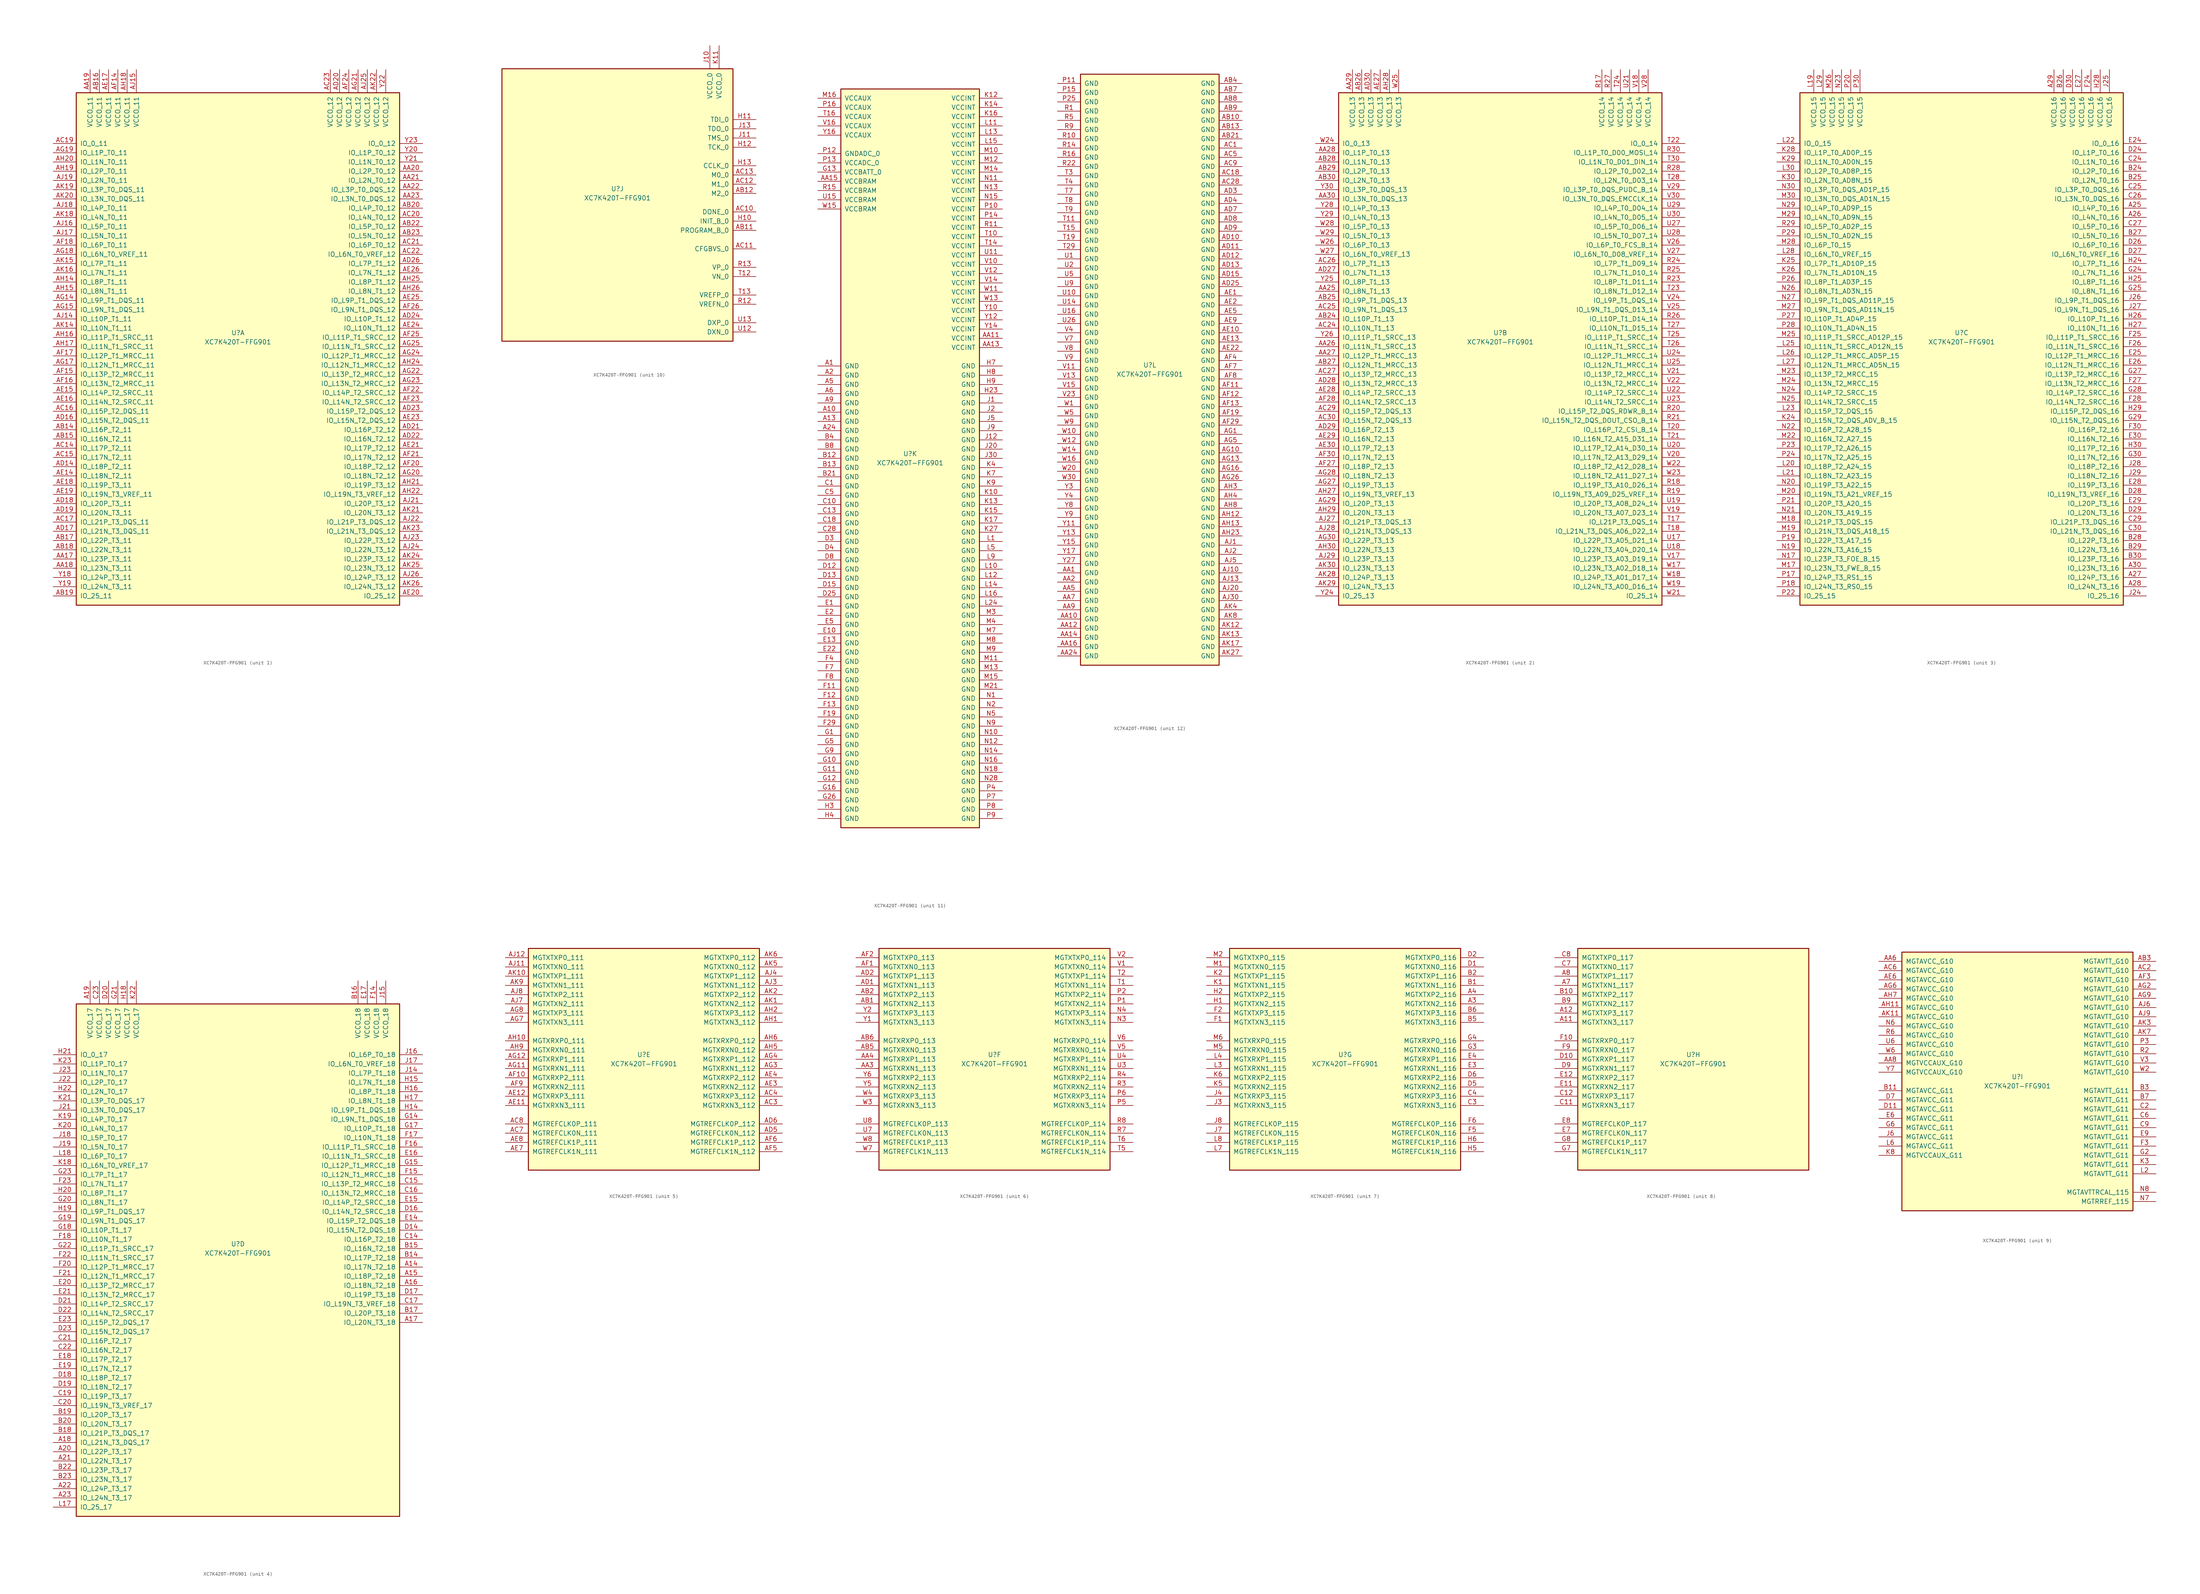
<source format=kicad_sym>
(kicad_symbol_lib
  (version 20201005)
  (generator kicad_symbol_editor)
  (symbol "XC7K420T-FFG901"
    (pin_names
      (offset 1.016))
    (property "Reference" "U"
      (at 0 1.27 0)
      (effects (font (size 1.27 1.27))))
    (property "Value" "XC7K420T-FFG901"
      (at 0 -1.27 0)
      (effects (font (size 1.27 1.27))))
    (property "Datasheet" ""
      (at 0 0 0)
      (effects (font (size 1.27 1.27))))
    (property "ki_locked" ""
      (at 0 0 0)
      (effects (font (size 1.27 1.27))))
    (symbol "XC7K420T-FFG901_1_1"
      (rectangle (start -44.45 67.31) (end 44.45 -73.66) (stroke (width 0.254)) (fill (type background)))
      (pin power_in line (at -40.64 73.66 270) (length 6.35) (name "VCCO_11" (effects (font (size 1.27 1.27)))) (number "AA19" (effects (font (size 1.27 1.27)))))
      (pin power_in line (at -38.1 73.66 270) (length 6.35) (name "VCCO_11" (effects (font (size 1.27 1.27)))) (number "AB16" (effects (font (size 1.27 1.27)))))
      (pin power_in line (at -35.56 73.66 270) (length 6.35) (name "VCCO_11" (effects (font (size 1.27 1.27)))) (number "AE17" (effects (font (size 1.27 1.27)))))
      (pin power_in line (at -33.02 73.66 270) (length 6.35) (name "VCCO_11" (effects (font (size 1.27 1.27)))) (number "AF14" (effects (font (size 1.27 1.27)))))
      (pin power_in line (at -30.48 73.66 270) (length 6.35) (name "VCCO_11" (effects (font (size 1.27 1.27)))) (number "AH18" (effects (font (size 1.27 1.27)))))
      (pin power_in line (at -27.94 73.66 270) (length 6.35) (name "VCCO_11" (effects (font (size 1.27 1.27)))) (number "AJ15" (effects (font (size 1.27 1.27)))))
      (pin bidirectional line (at -50.8 53.34 0) (length 6.35) (name "IO_0_11" (effects (font (size 1.27 1.27)))) (number "AC19" (effects (font (size 1.27 1.27)))))
      (pin bidirectional line (at -50.8 50.8 0) (length 6.35) (name "IO_L1P_T0_11" (effects (font (size 1.27 1.27)))) (number "AG19" (effects (font (size 1.27 1.27)))))
      (pin bidirectional line (at -50.8 48.26 0) (length 6.35) (name "IO_L1N_T0_11" (effects (font (size 1.27 1.27)))) (number "AH20" (effects (font (size 1.27 1.27)))))
      (pin bidirectional line (at -50.8 45.72 0) (length 6.35) (name "IO_L2P_T0_11" (effects (font (size 1.27 1.27)))) (number "AH19" (effects (font (size 1.27 1.27)))))
      (pin bidirectional line (at -50.8 43.18 0) (length 6.35) (name "IO_L2N_T0_11" (effects (font (size 1.27 1.27)))) (number "AJ19" (effects (font (size 1.27 1.27)))))
      (pin bidirectional line (at -50.8 40.64 0) (length 6.35) (name "IO_L3P_T0_DQS_11" (effects (font (size 1.27 1.27)))) (number "AK19" (effects (font (size 1.27 1.27)))))
      (pin bidirectional line (at -50.8 38.1 0) (length 6.35) (name "IO_L3N_T0_DQS_11" (effects (font (size 1.27 1.27)))) (number "AK20" (effects (font (size 1.27 1.27)))))
      (pin bidirectional line (at -50.8 35.56 0) (length 6.35) (name "IO_L4P_T0_11" (effects (font (size 1.27 1.27)))) (number "AJ18" (effects (font (size 1.27 1.27)))))
      (pin bidirectional line (at -50.8 33.02 0) (length 6.35) (name "IO_L4N_T0_11" (effects (font (size 1.27 1.27)))) (number "AK18" (effects (font (size 1.27 1.27)))))
      (pin bidirectional line (at -50.8 30.48 0) (length 6.35) (name "IO_L5P_T0_11" (effects (font (size 1.27 1.27)))) (number "AJ16" (effects (font (size 1.27 1.27)))))
      (pin bidirectional line (at -50.8 27.94 0) (length 6.35) (name "IO_L5N_T0_11" (effects (font (size 1.27 1.27)))) (number "AJ17" (effects (font (size 1.27 1.27)))))
      (pin bidirectional line (at -50.8 25.4 0) (length 6.35) (name "IO_L6P_T0_11" (effects (font (size 1.27 1.27)))) (number "AF18" (effects (font (size 1.27 1.27)))))
      (pin bidirectional line (at -50.8 22.86 0) (length 6.35) (name "IO_L6N_T0_VREF_11" (effects (font (size 1.27 1.27)))) (number "AG18" (effects (font (size 1.27 1.27)))))
      (pin bidirectional line (at -50.8 20.32 0) (length 6.35) (name "IO_L7P_T1_11" (effects (font (size 1.27 1.27)))) (number "AK15" (effects (font (size 1.27 1.27)))))
      (pin bidirectional line (at -50.8 17.78 0) (length 6.35) (name "IO_L7N_T1_11" (effects (font (size 1.27 1.27)))) (number "AK16" (effects (font (size 1.27 1.27)))))
      (pin bidirectional line (at -50.8 15.24 0) (length 6.35) (name "IO_L8P_T1_11" (effects (font (size 1.27 1.27)))) (number "AH14" (effects (font (size 1.27 1.27)))))
      (pin bidirectional line (at -50.8 12.7 0) (length 6.35) (name "IO_L8N_T1_11" (effects (font (size 1.27 1.27)))) (number "AH15" (effects (font (size 1.27 1.27)))))
      (pin bidirectional line (at -50.8 10.16 0) (length 6.35) (name "IO_L9P_T1_DQS_11" (effects (font (size 1.27 1.27)))) (number "AG14" (effects (font (size 1.27 1.27)))))
      (pin bidirectional line (at -50.8 7.62 0) (length 6.35) (name "IO_L9N_T1_DQS_11" (effects (font (size 1.27 1.27)))) (number "AG15" (effects (font (size 1.27 1.27)))))
      (pin bidirectional line (at -50.8 5.08 0) (length 6.35) (name "IO_L10P_T1_11" (effects (font (size 1.27 1.27)))) (number "AJ14" (effects (font (size 1.27 1.27)))))
      (pin bidirectional line (at -50.8 2.54 0) (length 6.35) (name "IO_L10N_T1_11" (effects (font (size 1.27 1.27)))) (number "AK14" (effects (font (size 1.27 1.27)))))
      (pin bidirectional line (at -50.8 0 0) (length 6.35) (name "IO_L11P_T1_SRCC_11" (effects (font (size 1.27 1.27)))) (number "AH16" (effects (font (size 1.27 1.27)))))
      (pin bidirectional line (at -50.8 -2.54 0) (length 6.35) (name "IO_L11N_T1_SRCC_11" (effects (font (size 1.27 1.27)))) (number "AH17" (effects (font (size 1.27 1.27)))))
      (pin bidirectional line (at -50.8 -5.08 0) (length 6.35) (name "IO_L12P_T1_MRCC_11" (effects (font (size 1.27 1.27)))) (number "AF17" (effects (font (size 1.27 1.27)))))
      (pin bidirectional line (at -50.8 -7.62 0) (length 6.35) (name "IO_L12N_T1_MRCC_11" (effects (font (size 1.27 1.27)))) (number "AG17" (effects (font (size 1.27 1.27)))))
      (pin bidirectional line (at -50.8 -10.16 0) (length 6.35) (name "IO_L13P_T2_MRCC_11" (effects (font (size 1.27 1.27)))) (number "AF15" (effects (font (size 1.27 1.27)))))
      (pin bidirectional line (at -50.8 -12.7 0) (length 6.35) (name "IO_L13N_T2_MRCC_11" (effects (font (size 1.27 1.27)))) (number "AF16" (effects (font (size 1.27 1.27)))))
      (pin bidirectional line (at -50.8 -15.24 0) (length 6.35) (name "IO_L14P_T2_SRCC_11" (effects (font (size 1.27 1.27)))) (number "AE15" (effects (font (size 1.27 1.27)))))
      (pin bidirectional line (at -50.8 -17.78 0) (length 6.35) (name "IO_L14N_T2_SRCC_11" (effects (font (size 1.27 1.27)))) (number "AE16" (effects (font (size 1.27 1.27)))))
      (pin bidirectional line (at -50.8 -20.32 0) (length 6.35) (name "IO_L15P_T2_DQS_11" (effects (font (size 1.27 1.27)))) (number "AC16" (effects (font (size 1.27 1.27)))))
      (pin bidirectional line (at -50.8 -22.86 0) (length 6.35) (name "IO_L15N_T2_DQS_11" (effects (font (size 1.27 1.27)))) (number "AD16" (effects (font (size 1.27 1.27)))))
      (pin bidirectional line (at -50.8 -25.4 0) (length 6.35) (name "IO_L16P_T2_11" (effects (font (size 1.27 1.27)))) (number "AB14" (effects (font (size 1.27 1.27)))))
      (pin bidirectional line (at -50.8 -27.94 0) (length 6.35) (name "IO_L16N_T2_11" (effects (font (size 1.27 1.27)))) (number "AB15" (effects (font (size 1.27 1.27)))))
      (pin bidirectional line (at -50.8 -30.48 0) (length 6.35) (name "IO_L17P_T2_11" (effects (font (size 1.27 1.27)))) (number "AC14" (effects (font (size 1.27 1.27)))))
      (pin bidirectional line (at -50.8 -33.02 0) (length 6.35) (name "IO_L17N_T2_11" (effects (font (size 1.27 1.27)))) (number "AC15" (effects (font (size 1.27 1.27)))))
      (pin bidirectional line (at -50.8 -35.56 0) (length 6.35) (name "IO_L18P_T2_11" (effects (font (size 1.27 1.27)))) (number "AD14" (effects (font (size 1.27 1.27)))))
      (pin bidirectional line (at -50.8 -38.1 0) (length 6.35) (name "IO_L18N_T2_11" (effects (font (size 1.27 1.27)))) (number "AE14" (effects (font (size 1.27 1.27)))))
      (pin bidirectional line (at -50.8 -40.64 0) (length 6.35) (name "IO_L19P_T3_11" (effects (font (size 1.27 1.27)))) (number "AE18" (effects (font (size 1.27 1.27)))))
      (pin bidirectional line (at -50.8 -43.18 0) (length 6.35) (name "IO_L19N_T3_VREF_11" (effects (font (size 1.27 1.27)))) (number "AE19" (effects (font (size 1.27 1.27)))))
      (pin bidirectional line (at -50.8 -45.72 0) (length 6.35) (name "IO_L20P_T3_11" (effects (font (size 1.27 1.27)))) (number "AD18" (effects (font (size 1.27 1.27)))))
      (pin bidirectional line (at -50.8 -48.26 0) (length 6.35) (name "IO_L20N_T3_11" (effects (font (size 1.27 1.27)))) (number "AD19" (effects (font (size 1.27 1.27)))))
      (pin bidirectional line (at -50.8 -50.8 0) (length 6.35) (name "IO_L21P_T3_DQS_11" (effects (font (size 1.27 1.27)))) (number "AC17" (effects (font (size 1.27 1.27)))))
      (pin bidirectional line (at -50.8 -53.34 0) (length 6.35) (name "IO_L21N_T3_DQS_11" (effects (font (size 1.27 1.27)))) (number "AD17" (effects (font (size 1.27 1.27)))))
      (pin bidirectional line (at -50.8 -55.88 0) (length 6.35) (name "IO_L22P_T3_11" (effects (font (size 1.27 1.27)))) (number "AB17" (effects (font (size 1.27 1.27)))))
      (pin bidirectional line (at -50.8 -58.42 0) (length 6.35) (name "IO_L22N_T3_11" (effects (font (size 1.27 1.27)))) (number "AB18" (effects (font (size 1.27 1.27)))))
      (pin bidirectional line (at -50.8 -60.96 0) (length 6.35) (name "IO_L23P_T3_11" (effects (font (size 1.27 1.27)))) (number "AA17" (effects (font (size 1.27 1.27)))))
      (pin bidirectional line (at -50.8 -63.5 0) (length 6.35) (name "IO_L23N_T3_11" (effects (font (size 1.27 1.27)))) (number "AA18" (effects (font (size 1.27 1.27)))))
      (pin bidirectional line (at -50.8 -66.04 0) (length 6.35) (name "IO_L24P_T3_11" (effects (font (size 1.27 1.27)))) (number "Y18" (effects (font (size 1.27 1.27)))))
      (pin bidirectional line (at -50.8 -68.58 0) (length 6.35) (name "IO_L24N_T3_11" (effects (font (size 1.27 1.27)))) (number "Y19" (effects (font (size 1.27 1.27)))))
      (pin bidirectional line (at -50.8 -71.12 0) (length 6.35) (name "IO_25_11" (effects (font (size 1.27 1.27)))) (number "AB19" (effects (font (size 1.27 1.27)))))
      (pin power_in line (at 25.4 73.66 270) (length 6.35) (name "VCCO_12" (effects (font (size 1.27 1.27)))) (number "AC23" (effects (font (size 1.27 1.27)))))
      (pin power_in line (at 27.94 73.66 270) (length 6.35) (name "VCCO_12" (effects (font (size 1.27 1.27)))) (number "AD20" (effects (font (size 1.27 1.27)))))
      (pin power_in line (at 30.48 73.66 270) (length 6.35) (name "VCCO_12" (effects (font (size 1.27 1.27)))) (number "AF24" (effects (font (size 1.27 1.27)))))
      (pin power_in line (at 33.02 73.66 270) (length 6.35) (name "VCCO_12" (effects (font (size 1.27 1.27)))) (number "AG21" (effects (font (size 1.27 1.27)))))
      (pin power_in line (at 35.56 73.66 270) (length 6.35) (name "VCCO_12" (effects (font (size 1.27 1.27)))) (number "AJ25" (effects (font (size 1.27 1.27)))))
      (pin power_in line (at 38.1 73.66 270) (length 6.35) (name "VCCO_12" (effects (font (size 1.27 1.27)))) (number "AK22" (effects (font (size 1.27 1.27)))))
      (pin power_in line (at 40.64 73.66 270) (length 6.35) (name "VCCO_12" (effects (font (size 1.27 1.27)))) (number "Y22" (effects (font (size 1.27 1.27)))))
      (pin bidirectional line (at 50.8 53.34 180) (length 6.35) (name "IO_0_12" (effects (font (size 1.27 1.27)))) (number "Y23" (effects (font (size 1.27 1.27)))))
      (pin bidirectional line (at 50.8 50.8 180) (length 6.35) (name "IO_L1P_T0_12" (effects (font (size 1.27 1.27)))) (number "Y20" (effects (font (size 1.27 1.27)))))
      (pin bidirectional line (at 50.8 48.26 180) (length 6.35) (name "IO_L1N_T0_12" (effects (font (size 1.27 1.27)))) (number "Y21" (effects (font (size 1.27 1.27)))))
      (pin bidirectional line (at 50.8 45.72 180) (length 6.35) (name "IO_L2P_T0_12" (effects (font (size 1.27 1.27)))) (number "AA20" (effects (font (size 1.27 1.27)))))
      (pin bidirectional line (at 50.8 43.18 180) (length 6.35) (name "IO_L2N_T0_12" (effects (font (size 1.27 1.27)))) (number "AA21" (effects (font (size 1.27 1.27)))))
      (pin bidirectional line (at 50.8 40.64 180) (length 6.35) (name "IO_L3P_T0_DQS_12" (effects (font (size 1.27 1.27)))) (number "AA22" (effects (font (size 1.27 1.27)))))
      (pin bidirectional line (at 50.8 38.1 180) (length 6.35) (name "IO_L3N_T0_DQS_12" (effects (font (size 1.27 1.27)))) (number "AA23" (effects (font (size 1.27 1.27)))))
      (pin bidirectional line (at 50.8 35.56 180) (length 6.35) (name "IO_L4P_T0_12" (effects (font (size 1.27 1.27)))) (number "AB20" (effects (font (size 1.27 1.27)))))
      (pin bidirectional line (at 50.8 33.02 180) (length 6.35) (name "IO_L4N_T0_12" (effects (font (size 1.27 1.27)))) (number "AC20" (effects (font (size 1.27 1.27)))))
      (pin bidirectional line (at 50.8 30.48 180) (length 6.35) (name "IO_L5P_T0_12" (effects (font (size 1.27 1.27)))) (number "AB22" (effects (font (size 1.27 1.27)))))
      (pin bidirectional line (at 50.8 27.94 180) (length 6.35) (name "IO_L5N_T0_12" (effects (font (size 1.27 1.27)))) (number "AB23" (effects (font (size 1.27 1.27)))))
      (pin bidirectional line (at 50.8 25.4 180) (length 6.35) (name "IO_L6P_T0_12" (effects (font (size 1.27 1.27)))) (number "AC21" (effects (font (size 1.27 1.27)))))
      (pin bidirectional line (at 50.8 22.86 180) (length 6.35) (name "IO_L6N_T0_VREF_12" (effects (font (size 1.27 1.27)))) (number "AC22" (effects (font (size 1.27 1.27)))))
      (pin bidirectional line (at 50.8 20.32 180) (length 6.35) (name "IO_L7P_T1_12" (effects (font (size 1.27 1.27)))) (number "AD26" (effects (font (size 1.27 1.27)))))
      (pin bidirectional line (at 50.8 17.78 180) (length 6.35) (name "IO_L7N_T1_12" (effects (font (size 1.27 1.27)))) (number "AE26" (effects (font (size 1.27 1.27)))))
      (pin bidirectional line (at 50.8 15.24 180) (length 6.35) (name "IO_L8P_T1_12" (effects (font (size 1.27 1.27)))) (number "AH25" (effects (font (size 1.27 1.27)))))
      (pin bidirectional line (at 50.8 12.7 180) (length 6.35) (name "IO_L8N_T1_12" (effects (font (size 1.27 1.27)))) (number "AH26" (effects (font (size 1.27 1.27)))))
      (pin bidirectional line (at 50.8 10.16 180) (length 6.35) (name "IO_L9P_T1_DQS_12" (effects (font (size 1.27 1.27)))) (number "AE25" (effects (font (size 1.27 1.27)))))
      (pin bidirectional line (at 50.8 7.62 180) (length 6.35) (name "IO_L9N_T1_DQS_12" (effects (font (size 1.27 1.27)))) (number "AF26" (effects (font (size 1.27 1.27)))))
      (pin bidirectional line (at 50.8 5.08 180) (length 6.35) (name "IO_L10P_T1_12" (effects (font (size 1.27 1.27)))) (number "AD24" (effects (font (size 1.27 1.27)))))
      (pin bidirectional line (at 50.8 2.54 180) (length 6.35) (name "IO_L10N_T1_12" (effects (font (size 1.27 1.27)))) (number "AE24" (effects (font (size 1.27 1.27)))))
      (pin bidirectional line (at 50.8 0 180) (length 6.35) (name "IO_L11P_T1_SRCC_12" (effects (font (size 1.27 1.27)))) (number "AF25" (effects (font (size 1.27 1.27)))))
      (pin bidirectional line (at 50.8 -2.54 180) (length 6.35) (name "IO_L11N_T1_SRCC_12" (effects (font (size 1.27 1.27)))) (number "AG25" (effects (font (size 1.27 1.27)))))
      (pin bidirectional line (at 50.8 -5.08 180) (length 6.35) (name "IO_L12P_T1_MRCC_12" (effects (font (size 1.27 1.27)))) (number "AG24" (effects (font (size 1.27 1.27)))))
      (pin bidirectional line (at 50.8 -7.62 180) (length 6.35) (name "IO_L12N_T1_MRCC_12" (effects (font (size 1.27 1.27)))) (number "AH24" (effects (font (size 1.27 1.27)))))
      (pin bidirectional line (at 50.8 -10.16 180) (length 6.35) (name "IO_L13P_T2_MRCC_12" (effects (font (size 1.27 1.27)))) (number "AG22" (effects (font (size 1.27 1.27)))))
      (pin bidirectional line (at 50.8 -12.7 180) (length 6.35) (name "IO_L13N_T2_MRCC_12" (effects (font (size 1.27 1.27)))) (number "AG23" (effects (font (size 1.27 1.27)))))
      (pin bidirectional line (at 50.8 -15.24 180) (length 6.35) (name "IO_L14P_T2_SRCC_12" (effects (font (size 1.27 1.27)))) (number "AF22" (effects (font (size 1.27 1.27)))))
      (pin bidirectional line (at 50.8 -17.78 180) (length 6.35) (name "IO_L14N_T2_SRCC_12" (effects (font (size 1.27 1.27)))) (number "AF23" (effects (font (size 1.27 1.27)))))
      (pin bidirectional line (at 50.8 -20.32 180) (length 6.35) (name "IO_L15P_T2_DQS_12" (effects (font (size 1.27 1.27)))) (number "AD23" (effects (font (size 1.27 1.27)))))
      (pin bidirectional line (at 50.8 -22.86 180) (length 6.35) (name "IO_L15N_T2_DQS_12" (effects (font (size 1.27 1.27)))) (number "AE23" (effects (font (size 1.27 1.27)))))
      (pin bidirectional line (at 50.8 -25.4 180) (length 6.35) (name "IO_L16P_T2_12" (effects (font (size 1.27 1.27)))) (number "AD21" (effects (font (size 1.27 1.27)))))
      (pin bidirectional line (at 50.8 -27.94 180) (length 6.35) (name "IO_L16N_T2_12" (effects (font (size 1.27 1.27)))) (number "AD22" (effects (font (size 1.27 1.27)))))
      (pin bidirectional line (at 50.8 -30.48 180) (length 6.35) (name "IO_L17P_T2_12" (effects (font (size 1.27 1.27)))) (number "AE21" (effects (font (size 1.27 1.27)))))
      (pin bidirectional line (at 50.8 -33.02 180) (length 6.35) (name "IO_L17N_T2_12" (effects (font (size 1.27 1.27)))) (number "AF21" (effects (font (size 1.27 1.27)))))
      (pin bidirectional line (at 50.8 -35.56 180) (length 6.35) (name "IO_L18P_T2_12" (effects (font (size 1.27 1.27)))) (number "AF20" (effects (font (size 1.27 1.27)))))
      (pin bidirectional line (at 50.8 -38.1 180) (length 6.35) (name "IO_L18N_T2_12" (effects (font (size 1.27 1.27)))) (number "AG20" (effects (font (size 1.27 1.27)))))
      (pin bidirectional line (at 50.8 -40.64 180) (length 6.35) (name "IO_L19P_T3_12" (effects (font (size 1.27 1.27)))) (number "AH21" (effects (font (size 1.27 1.27)))))
      (pin bidirectional line (at 50.8 -43.18 180) (length 6.35) (name "IO_L19N_T3_VREF_12" (effects (font (size 1.27 1.27)))) (number "AH22" (effects (font (size 1.27 1.27)))))
      (pin bidirectional line (at 50.8 -45.72 180) (length 6.35) (name "IO_L20P_T3_12" (effects (font (size 1.27 1.27)))) (number "AJ21" (effects (font (size 1.27 1.27)))))
      (pin bidirectional line (at 50.8 -48.26 180) (length 6.35) (name "IO_L20N_T3_12" (effects (font (size 1.27 1.27)))) (number "AK21" (effects (font (size 1.27 1.27)))))
      (pin bidirectional line (at 50.8 -50.8 180) (length 6.35) (name "IO_L21P_T3_DQS_12" (effects (font (size 1.27 1.27)))) (number "AJ22" (effects (font (size 1.27 1.27)))))
      (pin bidirectional line (at 50.8 -53.34 180) (length 6.35) (name "IO_L21N_T3_DQS_12" (effects (font (size 1.27 1.27)))) (number "AK23" (effects (font (size 1.27 1.27)))))
      (pin bidirectional line (at 50.8 -55.88 180) (length 6.35) (name "IO_L22P_T3_12" (effects (font (size 1.27 1.27)))) (number "AJ23" (effects (font (size 1.27 1.27)))))
      (pin bidirectional line (at 50.8 -58.42 180) (length 6.35) (name "IO_L22N_T3_12" (effects (font (size 1.27 1.27)))) (number "AJ24" (effects (font (size 1.27 1.27)))))
      (pin bidirectional line (at 50.8 -60.96 180) (length 6.35) (name "IO_L23P_T3_12" (effects (font (size 1.27 1.27)))) (number "AK24" (effects (font (size 1.27 1.27)))))
      (pin bidirectional line (at 50.8 -63.5 180) (length 6.35) (name "IO_L23N_T3_12" (effects (font (size 1.27 1.27)))) (number "AK25" (effects (font (size 1.27 1.27)))))
      (pin bidirectional line (at 50.8 -66.04 180) (length 6.35) (name "IO_L24P_T3_12" (effects (font (size 1.27 1.27)))) (number "AJ26" (effects (font (size 1.27 1.27)))))
      (pin bidirectional line (at 50.8 -68.58 180) (length 6.35) (name "IO_L24N_T3_12" (effects (font (size 1.27 1.27)))) (number "AK26" (effects (font (size 1.27 1.27)))))
      (pin bidirectional line (at 50.8 -71.12 180) (length 6.35) (name "IO_25_12" (effects (font (size 1.27 1.27)))) (number "AE20" (effects (font (size 1.27 1.27))))))
    (symbol "XC7K420T-FFG901_2_1"
      (rectangle (start -44.45 67.31) (end 44.45 -73.66) (stroke (width 0.254)) (fill (type background)))
      (pin power_in line (at -40.64 73.66 270) (length 6.35) (name "VCCO_13" (effects (font (size 1.27 1.27)))) (number "AA29" (effects (font (size 1.27 1.27)))))
      (pin power_in line (at -38.1 73.66 270) (length 6.35) (name "VCCO_13" (effects (font (size 1.27 1.27)))) (number "AB26" (effects (font (size 1.27 1.27)))))
      (pin power_in line (at -35.56 73.66 270) (length 6.35) (name "VCCO_13" (effects (font (size 1.27 1.27)))) (number "AD30" (effects (font (size 1.27 1.27)))))
      (pin power_in line (at -33.02 73.66 270) (length 6.35) (name "VCCO_13" (effects (font (size 1.27 1.27)))) (number "AE27" (effects (font (size 1.27 1.27)))))
      (pin power_in line (at -30.48 73.66 270) (length 6.35) (name "VCCO_13" (effects (font (size 1.27 1.27)))) (number "AH28" (effects (font (size 1.27 1.27)))))
      (pin power_in line (at -27.94 73.66 270) (length 6.35) (name "VCCO_13" (effects (font (size 1.27 1.27)))) (number "W25" (effects (font (size 1.27 1.27)))))
      (pin bidirectional line (at -50.8 53.34 0) (length 6.35) (name "IO_0_13" (effects (font (size 1.27 1.27)))) (number "W24" (effects (font (size 1.27 1.27)))))
      (pin bidirectional line (at -50.8 50.8 0) (length 6.35) (name "IO_L1P_T0_13" (effects (font (size 1.27 1.27)))) (number "AA28" (effects (font (size 1.27 1.27)))))
      (pin bidirectional line (at -50.8 48.26 0) (length 6.35) (name "IO_L1N_T0_13" (effects (font (size 1.27 1.27)))) (number "AB28" (effects (font (size 1.27 1.27)))))
      (pin bidirectional line (at -50.8 45.72 0) (length 6.35) (name "IO_L2P_T0_13" (effects (font (size 1.27 1.27)))) (number "AB29" (effects (font (size 1.27 1.27)))))
      (pin bidirectional line (at -50.8 43.18 0) (length 6.35) (name "IO_L2N_T0_13" (effects (font (size 1.27 1.27)))) (number "AB30" (effects (font (size 1.27 1.27)))))
      (pin bidirectional line (at -50.8 40.64 0) (length 6.35) (name "IO_L3P_T0_DQS_13" (effects (font (size 1.27 1.27)))) (number "Y30" (effects (font (size 1.27 1.27)))))
      (pin bidirectional line (at -50.8 38.1 0) (length 6.35) (name "IO_L3N_T0_DQS_13" (effects (font (size 1.27 1.27)))) (number "AA30" (effects (font (size 1.27 1.27)))))
      (pin bidirectional line (at -50.8 35.56 0) (length 6.35) (name "IO_L4P_T0_13" (effects (font (size 1.27 1.27)))) (number "Y28" (effects (font (size 1.27 1.27)))))
      (pin bidirectional line (at -50.8 33.02 0) (length 6.35) (name "IO_L4N_T0_13" (effects (font (size 1.27 1.27)))) (number "Y29" (effects (font (size 1.27 1.27)))))
      (pin bidirectional line (at -50.8 30.48 0) (length 6.35) (name "IO_L5P_T0_13" (effects (font (size 1.27 1.27)))) (number "W28" (effects (font (size 1.27 1.27)))))
      (pin bidirectional line (at -50.8 27.94 0) (length 6.35) (name "IO_L5N_T0_13" (effects (font (size 1.27 1.27)))) (number "W29" (effects (font (size 1.27 1.27)))))
      (pin bidirectional line (at -50.8 25.4 0) (length 6.35) (name "IO_L6P_T0_13" (effects (font (size 1.27 1.27)))) (number "W26" (effects (font (size 1.27 1.27)))))
      (pin bidirectional line (at -50.8 22.86 0) (length 6.35) (name "IO_L6N_T0_VREF_13" (effects (font (size 1.27 1.27)))) (number "W27" (effects (font (size 1.27 1.27)))))
      (pin bidirectional line (at -50.8 20.32 0) (length 6.35) (name "IO_L7P_T1_13" (effects (font (size 1.27 1.27)))) (number "AC26" (effects (font (size 1.27 1.27)))))
      (pin bidirectional line (at -50.8 17.78 0) (length 6.35) (name "IO_L7N_T1_13" (effects (font (size 1.27 1.27)))) (number "AD27" (effects (font (size 1.27 1.27)))))
      (pin bidirectional line (at -50.8 15.24 0) (length 6.35) (name "IO_L8P_T1_13" (effects (font (size 1.27 1.27)))) (number "Y25" (effects (font (size 1.27 1.27)))))
      (pin bidirectional line (at -50.8 12.7 0) (length 6.35) (name "IO_L8N_T1_13" (effects (font (size 1.27 1.27)))) (number "AA25" (effects (font (size 1.27 1.27)))))
      (pin bidirectional line (at -50.8 10.16 0) (length 6.35) (name "IO_L9P_T1_DQS_13" (effects (font (size 1.27 1.27)))) (number "AB25" (effects (font (size 1.27 1.27)))))
      (pin bidirectional line (at -50.8 7.62 0) (length 6.35) (name "IO_L9N_T1_DQS_13" (effects (font (size 1.27 1.27)))) (number "AC25" (effects (font (size 1.27 1.27)))))
      (pin bidirectional line (at -50.8 5.08 0) (length 6.35) (name "IO_L10P_T1_13" (effects (font (size 1.27 1.27)))) (number "AB24" (effects (font (size 1.27 1.27)))))
      (pin bidirectional line (at -50.8 2.54 0) (length 6.35) (name "IO_L10N_T1_13" (effects (font (size 1.27 1.27)))) (number "AC24" (effects (font (size 1.27 1.27)))))
      (pin bidirectional line (at -50.8 0 0) (length 6.35) (name "IO_L11P_T1_SRCC_13" (effects (font (size 1.27 1.27)))) (number "Y26" (effects (font (size 1.27 1.27)))))
      (pin bidirectional line (at -50.8 -2.54 0) (length 6.35) (name "IO_L11N_T1_SRCC_13" (effects (font (size 1.27 1.27)))) (number "AA26" (effects (font (size 1.27 1.27)))))
      (pin bidirectional line (at -50.8 -5.08 0) (length 6.35) (name "IO_L12P_T1_MRCC_13" (effects (font (size 1.27 1.27)))) (number "AA27" (effects (font (size 1.27 1.27)))))
      (pin bidirectional line (at -50.8 -7.62 0) (length 6.35) (name "IO_L12N_T1_MRCC_13" (effects (font (size 1.27 1.27)))) (number "AB27" (effects (font (size 1.27 1.27)))))
      (pin bidirectional line (at -50.8 -10.16 0) (length 6.35) (name "IO_L13P_T2_MRCC_13" (effects (font (size 1.27 1.27)))) (number "AC27" (effects (font (size 1.27 1.27)))))
      (pin bidirectional line (at -50.8 -12.7 0) (length 6.35) (name "IO_L13N_T2_MRCC_13" (effects (font (size 1.27 1.27)))) (number "AD28" (effects (font (size 1.27 1.27)))))
      (pin bidirectional line (at -50.8 -15.24 0) (length 6.35) (name "IO_L14P_T2_SRCC_13" (effects (font (size 1.27 1.27)))) (number "AE28" (effects (font (size 1.27 1.27)))))
      (pin bidirectional line (at -50.8 -17.78 0) (length 6.35) (name "IO_L14N_T2_SRCC_13" (effects (font (size 1.27 1.27)))) (number "AF28" (effects (font (size 1.27 1.27)))))
      (pin bidirectional line (at -50.8 -20.32 0) (length 6.35) (name "IO_L15P_T2_DQS_13" (effects (font (size 1.27 1.27)))) (number "AC29" (effects (font (size 1.27 1.27)))))
      (pin bidirectional line (at -50.8 -22.86 0) (length 6.35) (name "IO_L15N_T2_DQS_13" (effects (font (size 1.27 1.27)))) (number "AC30" (effects (font (size 1.27 1.27)))))
      (pin bidirectional line (at -50.8 -25.4 0) (length 6.35) (name "IO_L16P_T2_13" (effects (font (size 1.27 1.27)))) (number "AD29" (effects (font (size 1.27 1.27)))))
      (pin bidirectional line (at -50.8 -27.94 0) (length 6.35) (name "IO_L16N_T2_13" (effects (font (size 1.27 1.27)))) (number "AE29" (effects (font (size 1.27 1.27)))))
      (pin bidirectional line (at -50.8 -30.48 0) (length 6.35) (name "IO_L17P_T2_13" (effects (font (size 1.27 1.27)))) (number "AE30" (effects (font (size 1.27 1.27)))))
      (pin bidirectional line (at -50.8 -33.02 0) (length 6.35) (name "IO_L17N_T2_13" (effects (font (size 1.27 1.27)))) (number "AF30" (effects (font (size 1.27 1.27)))))
      (pin bidirectional line (at -50.8 -35.56 0) (length 6.35) (name "IO_L18P_T2_13" (effects (font (size 1.27 1.27)))) (number "AF27" (effects (font (size 1.27 1.27)))))
      (pin bidirectional line (at -50.8 -38.1 0) (length 6.35) (name "IO_L18N_T2_13" (effects (font (size 1.27 1.27)))) (number "AG28" (effects (font (size 1.27 1.27)))))
      (pin bidirectional line (at -50.8 -40.64 0) (length 6.35) (name "IO_L19P_T3_13" (effects (font (size 1.27 1.27)))) (number "AG27" (effects (font (size 1.27 1.27)))))
      (pin bidirectional line (at -50.8 -43.18 0) (length 6.35) (name "IO_L19N_T3_VREF_13" (effects (font (size 1.27 1.27)))) (number "AH27" (effects (font (size 1.27 1.27)))))
      (pin bidirectional line (at -50.8 -45.72 0) (length 6.35) (name "IO_L20P_T3_13" (effects (font (size 1.27 1.27)))) (number "AG29" (effects (font (size 1.27 1.27)))))
      (pin bidirectional line (at -50.8 -48.26 0) (length 6.35) (name "IO_L20N_T3_13" (effects (font (size 1.27 1.27)))) (number "AH29" (effects (font (size 1.27 1.27)))))
      (pin bidirectional line (at -50.8 -50.8 0) (length 6.35) (name "IO_L21P_T3_DQS_13" (effects (font (size 1.27 1.27)))) (number "AJ27" (effects (font (size 1.27 1.27)))))
      (pin bidirectional line (at -50.8 -53.34 0) (length 6.35) (name "IO_L21N_T3_DQS_13" (effects (font (size 1.27 1.27)))) (number "AJ28" (effects (font (size 1.27 1.27)))))
      (pin bidirectional line (at -50.8 -55.88 0) (length 6.35) (name "IO_L22P_T3_13" (effects (font (size 1.27 1.27)))) (number "AG30" (effects (font (size 1.27 1.27)))))
      (pin bidirectional line (at -50.8 -58.42 0) (length 6.35) (name "IO_L22N_T3_13" (effects (font (size 1.27 1.27)))) (number "AH30" (effects (font (size 1.27 1.27)))))
      (pin bidirectional line (at -50.8 -60.96 0) (length 6.35) (name "IO_L23P_T3_13" (effects (font (size 1.27 1.27)))) (number "AJ29" (effects (font (size 1.27 1.27)))))
      (pin bidirectional line (at -50.8 -63.5 0) (length 6.35) (name "IO_L23N_T3_13" (effects (font (size 1.27 1.27)))) (number "AK30" (effects (font (size 1.27 1.27)))))
      (pin bidirectional line (at -50.8 -66.04 0) (length 6.35) (name "IO_L24P_T3_13" (effects (font (size 1.27 1.27)))) (number "AK28" (effects (font (size 1.27 1.27)))))
      (pin bidirectional line (at -50.8 -68.58 0) (length 6.35) (name "IO_L24N_T3_13" (effects (font (size 1.27 1.27)))) (number "AK29" (effects (font (size 1.27 1.27)))))
      (pin bidirectional line (at -50.8 -71.12 0) (length 6.35) (name "IO_25_13" (effects (font (size 1.27 1.27)))) (number "Y24" (effects (font (size 1.27 1.27)))))
      (pin power_in line (at 27.94 73.66 270) (length 6.35) (name "VCCO_14" (effects (font (size 1.27 1.27)))) (number "R17" (effects (font (size 1.27 1.27)))))
      (pin power_in line (at 30.48 73.66 270) (length 6.35) (name "VCCO_14" (effects (font (size 1.27 1.27)))) (number "R27" (effects (font (size 1.27 1.27)))))
      (pin power_in line (at 33.02 73.66 270) (length 6.35) (name "VCCO_14" (effects (font (size 1.27 1.27)))) (number "T24" (effects (font (size 1.27 1.27)))))
      (pin power_in line (at 35.56 73.66 270) (length 6.35) (name "VCCO_14" (effects (font (size 1.27 1.27)))) (number "U21" (effects (font (size 1.27 1.27)))))
      (pin power_in line (at 38.1 73.66 270) (length 6.35) (name "VCCO_14" (effects (font (size 1.27 1.27)))) (number "V18" (effects (font (size 1.27 1.27)))))
      (pin power_in line (at 40.64 73.66 270) (length 6.35) (name "VCCO_14" (effects (font (size 1.27 1.27)))) (number "V28" (effects (font (size 1.27 1.27)))))
      (pin bidirectional line (at 50.8 53.34 180) (length 6.35) (name "IO_0_14" (effects (font (size 1.27 1.27)))) (number "T22" (effects (font (size 1.27 1.27)))))
      (pin bidirectional line (at 50.8 50.8 180) (length 6.35) (name "IO_L1P_T0_D00_MOSI_14" (effects (font (size 1.27 1.27)))) (number "R30" (effects (font (size 1.27 1.27)))))
      (pin bidirectional line (at 50.8 48.26 180) (length 6.35) (name "IO_L1N_T0_D01_DIN_14" (effects (font (size 1.27 1.27)))) (number "T30" (effects (font (size 1.27 1.27)))))
      (pin bidirectional line (at 50.8 45.72 180) (length 6.35) (name "IO_L2P_T0_D02_14" (effects (font (size 1.27 1.27)))) (number "R28" (effects (font (size 1.27 1.27)))))
      (pin bidirectional line (at 50.8 43.18 180) (length 6.35) (name "IO_L2N_T0_D03_14" (effects (font (size 1.27 1.27)))) (number "T28" (effects (font (size 1.27 1.27)))))
      (pin bidirectional line (at 50.8 40.64 180) (length 6.35) (name "IO_L3P_T0_DQS_PUDC_B_14" (effects (font (size 1.27 1.27)))) (number "V29" (effects (font (size 1.27 1.27)))))
      (pin bidirectional line (at 50.8 38.1 180) (length 6.35) (name "IO_L3N_T0_DQS_EMCCLK_14" (effects (font (size 1.27 1.27)))) (number "V30" (effects (font (size 1.27 1.27)))))
      (pin bidirectional line (at 50.8 35.56 180) (length 6.35) (name "IO_L4P_T0_D04_14" (effects (font (size 1.27 1.27)))) (number "U29" (effects (font (size 1.27 1.27)))))
      (pin bidirectional line (at 50.8 33.02 180) (length 6.35) (name "IO_L4N_T0_D05_14" (effects (font (size 1.27 1.27)))) (number "U30" (effects (font (size 1.27 1.27)))))
      (pin bidirectional line (at 50.8 30.48 180) (length 6.35) (name "IO_L5P_T0_D06_14" (effects (font (size 1.27 1.27)))) (number "U27" (effects (font (size 1.27 1.27)))))
      (pin bidirectional line (at 50.8 27.94 180) (length 6.35) (name "IO_L5N_T0_D07_14" (effects (font (size 1.27 1.27)))) (number "U28" (effects (font (size 1.27 1.27)))))
      (pin bidirectional line (at 50.8 25.4 180) (length 6.35) (name "IO_L6P_T0_FCS_B_14" (effects (font (size 1.27 1.27)))) (number "V26" (effects (font (size 1.27 1.27)))))
      (pin bidirectional line (at 50.8 22.86 180) (length 6.35) (name "IO_L6N_T0_D08_VREF_14" (effects (font (size 1.27 1.27)))) (number "V27" (effects (font (size 1.27 1.27)))))
      (pin bidirectional line (at 50.8 20.32 180) (length 6.35) (name "IO_L7P_T1_D09_14" (effects (font (size 1.27 1.27)))) (number "R24" (effects (font (size 1.27 1.27)))))
      (pin bidirectional line (at 50.8 17.78 180) (length 6.35) (name "IO_L7N_T1_D10_14" (effects (font (size 1.27 1.27)))) (number "R25" (effects (font (size 1.27 1.27)))))
      (pin bidirectional line (at 50.8 15.24 180) (length 6.35) (name "IO_L8P_T1_D11_14" (effects (font (size 1.27 1.27)))) (number "R23" (effects (font (size 1.27 1.27)))))
      (pin bidirectional line (at 50.8 12.7 180) (length 6.35) (name "IO_L8N_T1_D12_14" (effects (font (size 1.27 1.27)))) (number "T23" (effects (font (size 1.27 1.27)))))
      (pin bidirectional line (at 50.8 10.16 180) (length 6.35) (name "IO_L9P_T1_DQS_14" (effects (font (size 1.27 1.27)))) (number "V24" (effects (font (size 1.27 1.27)))))
      (pin bidirectional line (at 50.8 7.62 180) (length 6.35) (name "IO_L9N_T1_DQS_D13_14" (effects (font (size 1.27 1.27)))) (number "V25" (effects (font (size 1.27 1.27)))))
      (pin bidirectional line (at 50.8 5.08 180) (length 6.35) (name "IO_L10P_T1_D14_14" (effects (font (size 1.27 1.27)))) (number "R26" (effects (font (size 1.27 1.27)))))
      (pin bidirectional line (at 50.8 2.54 180) (length 6.35) (name "IO_L10N_T1_D15_14" (effects (font (size 1.27 1.27)))) (number "T27" (effects (font (size 1.27 1.27)))))
      (pin bidirectional line (at 50.8 0 180) (length 6.35) (name "IO_L11P_T1_SRCC_14" (effects (font (size 1.27 1.27)))) (number "T25" (effects (font (size 1.27 1.27)))))
      (pin bidirectional line (at 50.8 -2.54 180) (length 6.35) (name "IO_L11N_T1_SRCC_14" (effects (font (size 1.27 1.27)))) (number "T26" (effects (font (size 1.27 1.27)))))
      (pin bidirectional line (at 50.8 -5.08 180) (length 6.35) (name "IO_L12P_T1_MRCC_14" (effects (font (size 1.27 1.27)))) (number "U24" (effects (font (size 1.27 1.27)))))
      (pin bidirectional line (at 50.8 -7.62 180) (length 6.35) (name "IO_L12N_T1_MRCC_14" (effects (font (size 1.27 1.27)))) (number "U25" (effects (font (size 1.27 1.27)))))
      (pin bidirectional line (at 50.8 -10.16 180) (length 6.35) (name "IO_L13P_T2_MRCC_14" (effects (font (size 1.27 1.27)))) (number "V21" (effects (font (size 1.27 1.27)))))
      (pin bidirectional line (at 50.8 -12.7 180) (length 6.35) (name "IO_L13N_T2_MRCC_14" (effects (font (size 1.27 1.27)))) (number "V22" (effects (font (size 1.27 1.27)))))
      (pin bidirectional line (at 50.8 -15.24 180) (length 6.35) (name "IO_L14P_T2_SRCC_14" (effects (font (size 1.27 1.27)))) (number "U22" (effects (font (size 1.27 1.27)))))
      (pin bidirectional line (at 50.8 -17.78 180) (length 6.35) (name "IO_L14N_T2_SRCC_14" (effects (font (size 1.27 1.27)))) (number "U23" (effects (font (size 1.27 1.27)))))
      (pin bidirectional line (at 50.8 -20.32 180) (length 6.35) (name "IO_L15P_T2_DQS_RDWR_B_14" (effects (font (size 1.27 1.27)))) (number "R20" (effects (font (size 1.27 1.27)))))
      (pin bidirectional line (at 50.8 -22.86 180) (length 6.35) (name "IO_L15N_T2_DQS_DOUT_CSO_B_14" (effects (font (size 1.27 1.27)))) (number "R21" (effects (font (size 1.27 1.27)))))
      (pin bidirectional line (at 50.8 -25.4 180) (length 6.35) (name "IO_L16P_T2_CSI_B_14" (effects (font (size 1.27 1.27)))) (number "T20" (effects (font (size 1.27 1.27)))))
      (pin bidirectional line (at 50.8 -27.94 180) (length 6.35) (name "IO_L16N_T2_A15_D31_14" (effects (font (size 1.27 1.27)))) (number "T21" (effects (font (size 1.27 1.27)))))
      (pin bidirectional line (at 50.8 -30.48 180) (length 6.35) (name "IO_L17P_T2_A14_D30_14" (effects (font (size 1.27 1.27)))) (number "U20" (effects (font (size 1.27 1.27)))))
      (pin bidirectional line (at 50.8 -33.02 180) (length 6.35) (name "IO_L17N_T2_A13_D29_14" (effects (font (size 1.27 1.27)))) (number "V20" (effects (font (size 1.27 1.27)))))
      (pin bidirectional line (at 50.8 -35.56 180) (length 6.35) (name "IO_L18P_T2_A12_D28_14" (effects (font (size 1.27 1.27)))) (number "W22" (effects (font (size 1.27 1.27)))))
      (pin bidirectional line (at 50.8 -38.1 180) (length 6.35) (name "IO_L18N_T2_A11_D27_14" (effects (font (size 1.27 1.27)))) (number "W23" (effects (font (size 1.27 1.27)))))
      (pin bidirectional line (at 50.8 -40.64 180) (length 6.35) (name "IO_L19P_T3_A10_D26_14" (effects (font (size 1.27 1.27)))) (number "R18" (effects (font (size 1.27 1.27)))))
      (pin bidirectional line (at 50.8 -43.18 180) (length 6.35) (name "IO_L19N_T3_A09_D25_VREF_14" (effects (font (size 1.27 1.27)))) (number "R19" (effects (font (size 1.27 1.27)))))
      (pin bidirectional line (at 50.8 -45.72 180) (length 6.35) (name "IO_L20P_T3_A08_D24_14" (effects (font (size 1.27 1.27)))) (number "U19" (effects (font (size 1.27 1.27)))))
      (pin bidirectional line (at 50.8 -48.26 180) (length 6.35) (name "IO_L20N_T3_A07_D23_14" (effects (font (size 1.27 1.27)))) (number "V19" (effects (font (size 1.27 1.27)))))
      (pin bidirectional line (at 50.8 -50.8 180) (length 6.35) (name "IO_L21P_T3_DQS_14" (effects (font (size 1.27 1.27)))) (number "T17" (effects (font (size 1.27 1.27)))))
      (pin bidirectional line (at 50.8 -53.34 180) (length 6.35) (name "IO_L21N_T3_DQS_A06_D22_14" (effects (font (size 1.27 1.27)))) (number "T18" (effects (font (size 1.27 1.27)))))
      (pin bidirectional line (at 50.8 -55.88 180) (length 6.35) (name "IO_L22P_T3_A05_D21_14" (effects (font (size 1.27 1.27)))) (number "U17" (effects (font (size 1.27 1.27)))))
      (pin bidirectional line (at 50.8 -58.42 180) (length 6.35) (name "IO_L22N_T3_A04_D20_14" (effects (font (size 1.27 1.27)))) (number "U18" (effects (font (size 1.27 1.27)))))
      (pin bidirectional line (at 50.8 -60.96 180) (length 6.35) (name "IO_L23P_T3_A03_D19_14" (effects (font (size 1.27 1.27)))) (number "V17" (effects (font (size 1.27 1.27)))))
      (pin bidirectional line (at 50.8 -63.5 180) (length 6.35) (name "IO_L23N_T3_A02_D18_14" (effects (font (size 1.27 1.27)))) (number "W17" (effects (font (size 1.27 1.27)))))
      (pin bidirectional line (at 50.8 -66.04 180) (length 6.35) (name "IO_L24P_T3_A01_D17_14" (effects (font (size 1.27 1.27)))) (number "W18" (effects (font (size 1.27 1.27)))))
      (pin bidirectional line (at 50.8 -68.58 180) (length 6.35) (name "IO_L24N_T3_A00_D16_14" (effects (font (size 1.27 1.27)))) (number "W19" (effects (font (size 1.27 1.27)))))
      (pin bidirectional line (at 50.8 -71.12 180) (length 6.35) (name "IO_25_14" (effects (font (size 1.27 1.27)))) (number "W21" (effects (font (size 1.27 1.27))))))
    (symbol "XC7K420T-FFG901_3_1"
      (rectangle (start -44.45 67.31) (end 44.45 -73.66) (stroke (width 0.254)) (fill (type background)))
      (pin power_in line (at -40.64 73.66 270) (length 6.35) (name "VCCO_15" (effects (font (size 1.27 1.27)))) (number "L19" (effects (font (size 1.27 1.27)))))
      (pin power_in line (at -38.1 73.66 270) (length 6.35) (name "VCCO_15" (effects (font (size 1.27 1.27)))) (number "L29" (effects (font (size 1.27 1.27)))))
      (pin power_in line (at -35.56 73.66 270) (length 6.35) (name "VCCO_15" (effects (font (size 1.27 1.27)))) (number "M26" (effects (font (size 1.27 1.27)))))
      (pin power_in line (at -33.02 73.66 270) (length 6.35) (name "VCCO_15" (effects (font (size 1.27 1.27)))) (number "N23" (effects (font (size 1.27 1.27)))))
      (pin power_in line (at -30.48 73.66 270) (length 6.35) (name "VCCO_15" (effects (font (size 1.27 1.27)))) (number "P20" (effects (font (size 1.27 1.27)))))
      (pin power_in line (at -27.94 73.66 270) (length 6.35) (name "VCCO_15" (effects (font (size 1.27 1.27)))) (number "P30" (effects (font (size 1.27 1.27)))))
      (pin bidirectional line (at -50.8 53.34 0) (length 6.35) (name "IO_0_15" (effects (font (size 1.27 1.27)))) (number "L22" (effects (font (size 1.27 1.27)))))
      (pin bidirectional line (at -50.8 50.8 0) (length 6.35) (name "IO_L1P_T0_AD0P_15" (effects (font (size 1.27 1.27)))) (number "K28" (effects (font (size 1.27 1.27)))))
      (pin bidirectional line (at -50.8 48.26 0) (length 6.35) (name "IO_L1N_T0_AD0N_15" (effects (font (size 1.27 1.27)))) (number "K29" (effects (font (size 1.27 1.27)))))
      (pin bidirectional line (at -50.8 45.72 0) (length 6.35) (name "IO_L2P_T0_AD8P_15" (effects (font (size 1.27 1.27)))) (number "L30" (effects (font (size 1.27 1.27)))))
      (pin bidirectional line (at -50.8 43.18 0) (length 6.35) (name "IO_L2N_T0_AD8N_15" (effects (font (size 1.27 1.27)))) (number "K30" (effects (font (size 1.27 1.27)))))
      (pin bidirectional line (at -50.8 40.64 0) (length 6.35) (name "IO_L3P_T0_DQS_AD1P_15" (effects (font (size 1.27 1.27)))) (number "N30" (effects (font (size 1.27 1.27)))))
      (pin bidirectional line (at -50.8 38.1 0) (length 6.35) (name "IO_L3N_T0_DQS_AD1N_15" (effects (font (size 1.27 1.27)))) (number "M30" (effects (font (size 1.27 1.27)))))
      (pin bidirectional line (at -50.8 35.56 0) (length 6.35) (name "IO_L4P_T0_AD9P_15" (effects (font (size 1.27 1.27)))) (number "N29" (effects (font (size 1.27 1.27)))))
      (pin bidirectional line (at -50.8 33.02 0) (length 6.35) (name "IO_L4N_T0_AD9N_15" (effects (font (size 1.27 1.27)))) (number "M29" (effects (font (size 1.27 1.27)))))
      (pin bidirectional line (at -50.8 30.48 0) (length 6.35) (name "IO_L5P_T0_AD2P_15" (effects (font (size 1.27 1.27)))) (number "R29" (effects (font (size 1.27 1.27)))))
      (pin bidirectional line (at -50.8 27.94 0) (length 6.35) (name "IO_L5N_T0_AD2N_15" (effects (font (size 1.27 1.27)))) (number "P29" (effects (font (size 1.27 1.27)))))
      (pin bidirectional line (at -50.8 25.4 0) (length 6.35) (name "IO_L6P_T0_15" (effects (font (size 1.27 1.27)))) (number "M28" (effects (font (size 1.27 1.27)))))
      (pin bidirectional line (at -50.8 22.86 0) (length 6.35) (name "IO_L6N_T0_VREF_15" (effects (font (size 1.27 1.27)))) (number "L28" (effects (font (size 1.27 1.27)))))
      (pin bidirectional line (at -50.8 20.32 0) (length 6.35) (name "IO_L7P_T1_AD10P_15" (effects (font (size 1.27 1.27)))) (number "K25" (effects (font (size 1.27 1.27)))))
      (pin bidirectional line (at -50.8 17.78 0) (length 6.35) (name "IO_L7N_T1_AD10N_15" (effects (font (size 1.27 1.27)))) (number "K26" (effects (font (size 1.27 1.27)))))
      (pin bidirectional line (at -50.8 15.24 0) (length 6.35) (name "IO_L8P_T1_AD3P_15" (effects (font (size 1.27 1.27)))) (number "P26" (effects (font (size 1.27 1.27)))))
      (pin bidirectional line (at -50.8 12.7 0) (length 6.35) (name "IO_L8N_T1_AD3N_15" (effects (font (size 1.27 1.27)))) (number "N26" (effects (font (size 1.27 1.27)))))
      (pin bidirectional line (at -50.8 10.16 0) (length 6.35) (name "IO_L9P_T1_DQS_AD11P_15" (effects (font (size 1.27 1.27)))) (number "N27" (effects (font (size 1.27 1.27)))))
      (pin bidirectional line (at -50.8 7.62 0) (length 6.35) (name "IO_L9N_T1_DQS_AD11N_15" (effects (font (size 1.27 1.27)))) (number "M27" (effects (font (size 1.27 1.27)))))
      (pin bidirectional line (at -50.8 5.08 0) (length 6.35) (name "IO_L10P_T1_AD4P_15" (effects (font (size 1.27 1.27)))) (number "P27" (effects (font (size 1.27 1.27)))))
      (pin bidirectional line (at -50.8 2.54 0) (length 6.35) (name "IO_L10N_T1_AD4N_15" (effects (font (size 1.27 1.27)))) (number "P28" (effects (font (size 1.27 1.27)))))
      (pin bidirectional line (at -50.8 0 0) (length 6.35) (name "IO_L11P_T1_SRCC_AD12P_15" (effects (font (size 1.27 1.27)))) (number "M25" (effects (font (size 1.27 1.27)))))
      (pin bidirectional line (at -50.8 -2.54 0) (length 6.35) (name "IO_L11N_T1_SRCC_AD12N_15" (effects (font (size 1.27 1.27)))) (number "L25" (effects (font (size 1.27 1.27)))))
      (pin bidirectional line (at -50.8 -5.08 0) (length 6.35) (name "IO_L12P_T1_MRCC_AD5P_15" (effects (font (size 1.27 1.27)))) (number "L26" (effects (font (size 1.27 1.27)))))
      (pin bidirectional line (at -50.8 -7.62 0) (length 6.35) (name "IO_L12N_T1_MRCC_AD5N_15" (effects (font (size 1.27 1.27)))) (number "L27" (effects (font (size 1.27 1.27)))))
      (pin bidirectional line (at -50.8 -10.16 0) (length 6.35) (name "IO_L13P_T2_MRCC_15" (effects (font (size 1.27 1.27)))) (number "M23" (effects (font (size 1.27 1.27)))))
      (pin bidirectional line (at -50.8 -12.7 0) (length 6.35) (name "IO_L13N_T2_MRCC_15" (effects (font (size 1.27 1.27)))) (number "M24" (effects (font (size 1.27 1.27)))))
      (pin bidirectional line (at -50.8 -15.24 0) (length 6.35) (name "IO_L14P_T2_SRCC_15" (effects (font (size 1.27 1.27)))) (number "N24" (effects (font (size 1.27 1.27)))))
      (pin bidirectional line (at -50.8 -17.78 0) (length 6.35) (name "IO_L14N_T2_SRCC_15" (effects (font (size 1.27 1.27)))) (number "N25" (effects (font (size 1.27 1.27)))))
      (pin bidirectional line (at -50.8 -20.32 0) (length 6.35) (name "IO_L15P_T2_DQS_15" (effects (font (size 1.27 1.27)))) (number "L23" (effects (font (size 1.27 1.27)))))
      (pin bidirectional line (at -50.8 -22.86 0) (length 6.35) (name "IO_L15N_T2_DQS_ADV_B_15" (effects (font (size 1.27 1.27)))) (number "K24" (effects (font (size 1.27 1.27)))))
      (pin bidirectional line (at -50.8 -25.4 0) (length 6.35) (name "IO_L16P_T2_A28_15" (effects (font (size 1.27 1.27)))) (number "N22" (effects (font (size 1.27 1.27)))))
      (pin bidirectional line (at -50.8 -27.94 0) (length 6.35) (name "IO_L16N_T2_A27_15" (effects (font (size 1.27 1.27)))) (number "M22" (effects (font (size 1.27 1.27)))))
      (pin bidirectional line (at -50.8 -30.48 0) (length 6.35) (name "IO_L17P_T2_A26_15" (effects (font (size 1.27 1.27)))) (number "P23" (effects (font (size 1.27 1.27)))))
      (pin bidirectional line (at -50.8 -33.02 0) (length 6.35) (name "IO_L17N_T2_A25_15" (effects (font (size 1.27 1.27)))) (number "P24" (effects (font (size 1.27 1.27)))))
      (pin bidirectional line (at -50.8 -35.56 0) (length 6.35) (name "IO_L18P_T2_A24_15" (effects (font (size 1.27 1.27)))) (number "L20" (effects (font (size 1.27 1.27)))))
      (pin bidirectional line (at -50.8 -38.1 0) (length 6.35) (name "IO_L18N_T2_A23_15" (effects (font (size 1.27 1.27)))) (number "L21" (effects (font (size 1.27 1.27)))))
      (pin bidirectional line (at -50.8 -40.64 0) (length 6.35) (name "IO_L19P_T3_A22_15" (effects (font (size 1.27 1.27)))) (number "N20" (effects (font (size 1.27 1.27)))))
      (pin bidirectional line (at -50.8 -43.18 0) (length 6.35) (name "IO_L19N_T3_A21_VREF_15" (effects (font (size 1.27 1.27)))) (number "M20" (effects (font (size 1.27 1.27)))))
      (pin bidirectional line (at -50.8 -45.72 0) (length 6.35) (name "IO_L20P_T3_A20_15" (effects (font (size 1.27 1.27)))) (number "P21" (effects (font (size 1.27 1.27)))))
      (pin bidirectional line (at -50.8 -48.26 0) (length 6.35) (name "IO_L20N_T3_A19_15" (effects (font (size 1.27 1.27)))) (number "N21" (effects (font (size 1.27 1.27)))))
      (pin bidirectional line (at -50.8 -50.8 0) (length 6.35) (name "IO_L21P_T3_DQS_15" (effects (font (size 1.27 1.27)))) (number "M18" (effects (font (size 1.27 1.27)))))
      (pin bidirectional line (at -50.8 -53.34 0) (length 6.35) (name "IO_L21N_T3_DQS_A18_15" (effects (font (size 1.27 1.27)))) (number "M19" (effects (font (size 1.27 1.27)))))
      (pin bidirectional line (at -50.8 -55.88 0) (length 6.35) (name "IO_L22P_T3_A17_15" (effects (font (size 1.27 1.27)))) (number "P19" (effects (font (size 1.27 1.27)))))
      (pin bidirectional line (at -50.8 -58.42 0) (length 6.35) (name "IO_L22N_T3_A16_15" (effects (font (size 1.27 1.27)))) (number "N19" (effects (font (size 1.27 1.27)))))
      (pin bidirectional line (at -50.8 -60.96 0) (length 6.35) (name "IO_L23P_T3_FOE_B_15" (effects (font (size 1.27 1.27)))) (number "N17" (effects (font (size 1.27 1.27)))))
      (pin bidirectional line (at -50.8 -63.5 0) (length 6.35) (name "IO_L23N_T3_FWE_B_15" (effects (font (size 1.27 1.27)))) (number "M17" (effects (font (size 1.27 1.27)))))
      (pin bidirectional line (at -50.8 -66.04 0) (length 6.35) (name "IO_L24P_T3_RS1_15" (effects (font (size 1.27 1.27)))) (number "P17" (effects (font (size 1.27 1.27)))))
      (pin bidirectional line (at -50.8 -68.58 0) (length 6.35) (name "IO_L24N_T3_RS0_15" (effects (font (size 1.27 1.27)))) (number "P18" (effects (font (size 1.27 1.27)))))
      (pin bidirectional line (at -50.8 -71.12 0) (length 6.35) (name "IO_25_15" (effects (font (size 1.27 1.27)))) (number "P22" (effects (font (size 1.27 1.27)))))
      (pin power_in line (at 25.4 73.66 270) (length 6.35) (name "VCCO_16" (effects (font (size 1.27 1.27)))) (number "A29" (effects (font (size 1.27 1.27)))))
      (pin power_in line (at 27.94 73.66 270) (length 6.35) (name "VCCO_16" (effects (font (size 1.27 1.27)))) (number "B26" (effects (font (size 1.27 1.27)))))
      (pin power_in line (at 30.48 73.66 270) (length 6.35) (name "VCCO_16" (effects (font (size 1.27 1.27)))) (number "D30" (effects (font (size 1.27 1.27)))))
      (pin power_in line (at 33.02 73.66 270) (length 6.35) (name "VCCO_16" (effects (font (size 1.27 1.27)))) (number "E27" (effects (font (size 1.27 1.27)))))
      (pin power_in line (at 35.56 73.66 270) (length 6.35) (name "VCCO_16" (effects (font (size 1.27 1.27)))) (number "F24" (effects (font (size 1.27 1.27)))))
      (pin power_in line (at 38.1 73.66 270) (length 6.35) (name "VCCO_16" (effects (font (size 1.27 1.27)))) (number "H28" (effects (font (size 1.27 1.27)))))
      (pin power_in line (at 40.64 73.66 270) (length 6.35) (name "VCCO_16" (effects (font (size 1.27 1.27)))) (number "J25" (effects (font (size 1.27 1.27)))))
      (pin bidirectional line (at 50.8 53.34 180) (length 6.35) (name "IO_0_16" (effects (font (size 1.27 1.27)))) (number "E24" (effects (font (size 1.27 1.27)))))
      (pin bidirectional line (at 50.8 50.8 180) (length 6.35) (name "IO_L1P_T0_16" (effects (font (size 1.27 1.27)))) (number "D24" (effects (font (size 1.27 1.27)))))
      (pin bidirectional line (at 50.8 48.26 180) (length 6.35) (name "IO_L1N_T0_16" (effects (font (size 1.27 1.27)))) (number "C24" (effects (font (size 1.27 1.27)))))
      (pin bidirectional line (at 50.8 45.72 180) (length 6.35) (name "IO_L2P_T0_16" (effects (font (size 1.27 1.27)))) (number "B24" (effects (font (size 1.27 1.27)))))
      (pin bidirectional line (at 50.8 43.18 180) (length 6.35) (name "IO_L2N_T0_16" (effects (font (size 1.27 1.27)))) (number "B25" (effects (font (size 1.27 1.27)))))
      (pin bidirectional line (at 50.8 40.64 180) (length 6.35) (name "IO_L3P_T0_DQS_16" (effects (font (size 1.27 1.27)))) (number "C25" (effects (font (size 1.27 1.27)))))
      (pin bidirectional line (at 50.8 38.1 180) (length 6.35) (name "IO_L3N_T0_DQS_16" (effects (font (size 1.27 1.27)))) (number "C26" (effects (font (size 1.27 1.27)))))
      (pin bidirectional line (at 50.8 35.56 180) (length 6.35) (name "IO_L4P_T0_16" (effects (font (size 1.27 1.27)))) (number "A25" (effects (font (size 1.27 1.27)))))
      (pin bidirectional line (at 50.8 33.02 180) (length 6.35) (name "IO_L4N_T0_16" (effects (font (size 1.27 1.27)))) (number "A26" (effects (font (size 1.27 1.27)))))
      (pin bidirectional line (at 50.8 30.48 180) (length 6.35) (name "IO_L5P_T0_16" (effects (font (size 1.27 1.27)))) (number "C27" (effects (font (size 1.27 1.27)))))
      (pin bidirectional line (at 50.8 27.94 180) (length 6.35) (name "IO_L5N_T0_16" (effects (font (size 1.27 1.27)))) (number "B27" (effects (font (size 1.27 1.27)))))
      (pin bidirectional line (at 50.8 25.4 180) (length 6.35) (name "IO_L6P_T0_16" (effects (font (size 1.27 1.27)))) (number "D26" (effects (font (size 1.27 1.27)))))
      (pin bidirectional line (at 50.8 22.86 180) (length 6.35) (name "IO_L6N_T0_VREF_16" (effects (font (size 1.27 1.27)))) (number "D27" (effects (font (size 1.27 1.27)))))
      (pin bidirectional line (at 50.8 20.32 180) (length 6.35) (name "IO_L7P_T1_16" (effects (font (size 1.27 1.27)))) (number "H24" (effects (font (size 1.27 1.27)))))
      (pin bidirectional line (at 50.8 17.78 180) (length 6.35) (name "IO_L7N_T1_16" (effects (font (size 1.27 1.27)))) (number "G24" (effects (font (size 1.27 1.27)))))
      (pin bidirectional line (at 50.8 15.24 180) (length 6.35) (name "IO_L8P_T1_16" (effects (font (size 1.27 1.27)))) (number "H25" (effects (font (size 1.27 1.27)))))
      (pin bidirectional line (at 50.8 12.7 180) (length 6.35) (name "IO_L8N_T1_16" (effects (font (size 1.27 1.27)))) (number "G25" (effects (font (size 1.27 1.27)))))
      (pin bidirectional line (at 50.8 10.16 180) (length 6.35) (name "IO_L9P_T1_DQS_16" (effects (font (size 1.27 1.27)))) (number "J26" (effects (font (size 1.27 1.27)))))
      (pin bidirectional line (at 50.8 7.62 180) (length 6.35) (name "IO_L9N_T1_DQS_16" (effects (font (size 1.27 1.27)))) (number "J27" (effects (font (size 1.27 1.27)))))
      (pin bidirectional line (at 50.8 5.08 180) (length 6.35) (name "IO_L10P_T1_16" (effects (font (size 1.27 1.27)))) (number "H26" (effects (font (size 1.27 1.27)))))
      (pin bidirectional line (at 50.8 2.54 180) (length 6.35) (name "IO_L10N_T1_16" (effects (font (size 1.27 1.27)))) (number "H27" (effects (font (size 1.27 1.27)))))
      (pin bidirectional line (at 50.8 0 180) (length 6.35) (name "IO_L11P_T1_SRCC_16" (effects (font (size 1.27 1.27)))) (number "F25" (effects (font (size 1.27 1.27)))))
      (pin bidirectional line (at 50.8 -2.54 180) (length 6.35) (name "IO_L11N_T1_SRCC_16" (effects (font (size 1.27 1.27)))) (number "F26" (effects (font (size 1.27 1.27)))))
      (pin bidirectional line (at 50.8 -5.08 180) (length 6.35) (name "IO_L12P_T1_MRCC_16" (effects (font (size 1.27 1.27)))) (number "E25" (effects (font (size 1.27 1.27)))))
      (pin bidirectional line (at 50.8 -7.62 180) (length 6.35) (name "IO_L12N_T1_MRCC_16" (effects (font (size 1.27 1.27)))) (number "E26" (effects (font (size 1.27 1.27)))))
      (pin bidirectional line (at 50.8 -10.16 180) (length 6.35) (name "IO_L13P_T2_MRCC_16" (effects (font (size 1.27 1.27)))) (number "G27" (effects (font (size 1.27 1.27)))))
      (pin bidirectional line (at 50.8 -12.7 180) (length 6.35) (name "IO_L13N_T2_MRCC_16" (effects (font (size 1.27 1.27)))) (number "F27" (effects (font (size 1.27 1.27)))))
      (pin bidirectional line (at 50.8 -15.24 180) (length 6.35) (name "IO_L14P_T2_SRCC_16" (effects (font (size 1.27 1.27)))) (number "G28" (effects (font (size 1.27 1.27)))))
      (pin bidirectional line (at 50.8 -17.78 180) (length 6.35) (name "IO_L14N_T2_SRCC_16" (effects (font (size 1.27 1.27)))) (number "F28" (effects (font (size 1.27 1.27)))))
      (pin bidirectional line (at 50.8 -20.32 180) (length 6.35) (name "IO_L15P_T2_DQS_16" (effects (font (size 1.27 1.27)))) (number "H29" (effects (font (size 1.27 1.27)))))
      (pin bidirectional line (at 50.8 -22.86 180) (length 6.35) (name "IO_L15N_T2_DQS_16" (effects (font (size 1.27 1.27)))) (number "G29" (effects (font (size 1.27 1.27)))))
      (pin bidirectional line (at 50.8 -25.4 180) (length 6.35) (name "IO_L16P_T2_16" (effects (font (size 1.27 1.27)))) (number "F30" (effects (font (size 1.27 1.27)))))
      (pin bidirectional line (at 50.8 -27.94 180) (length 6.35) (name "IO_L16N_T2_16" (effects (font (size 1.27 1.27)))) (number "E30" (effects (font (size 1.27 1.27)))))
      (pin bidirectional line (at 50.8 -30.48 180) (length 6.35) (name "IO_L17P_T2_16" (effects (font (size 1.27 1.27)))) (number "H30" (effects (font (size 1.27 1.27)))))
      (pin bidirectional line (at 50.8 -33.02 180) (length 6.35) (name "IO_L17N_T2_16" (effects (font (size 1.27 1.27)))) (number "G30" (effects (font (size 1.27 1.27)))))
      (pin bidirectional line (at 50.8 -35.56 180) (length 6.35) (name "IO_L18P_T2_16" (effects (font (size 1.27 1.27)))) (number "J28" (effects (font (size 1.27 1.27)))))
      (pin bidirectional line (at 50.8 -38.1 180) (length 6.35) (name "IO_L18N_T2_16" (effects (font (size 1.27 1.27)))) (number "J29" (effects (font (size 1.27 1.27)))))
      (pin bidirectional line (at 50.8 -40.64 180) (length 6.35) (name "IO_L19P_T3_16" (effects (font (size 1.27 1.27)))) (number "E28" (effects (font (size 1.27 1.27)))))
      (pin bidirectional line (at 50.8 -43.18 180) (length 6.35) (name "IO_L19N_T3_VREF_16" (effects (font (size 1.27 1.27)))) (number "D28" (effects (font (size 1.27 1.27)))))
      (pin bidirectional line (at 50.8 -45.72 180) (length 6.35) (name "IO_L20P_T3_16" (effects (font (size 1.27 1.27)))) (number "E29" (effects (font (size 1.27 1.27)))))
      (pin bidirectional line (at 50.8 -48.26 180) (length 6.35) (name "IO_L20N_T3_16" (effects (font (size 1.27 1.27)))) (number "D29" (effects (font (size 1.27 1.27)))))
      (pin bidirectional line (at 50.8 -50.8 180) (length 6.35) (name "IO_L21P_T3_DQS_16" (effects (font (size 1.27 1.27)))) (number "C29" (effects (font (size 1.27 1.27)))))
      (pin bidirectional line (at 50.8 -53.34 180) (length 6.35) (name "IO_L21N_T3_DQS_16" (effects (font (size 1.27 1.27)))) (number "C30" (effects (font (size 1.27 1.27)))))
      (pin bidirectional line (at 50.8 -55.88 180) (length 6.35) (name "IO_L22P_T3_16" (effects (font (size 1.27 1.27)))) (number "B28" (effects (font (size 1.27 1.27)))))
      (pin bidirectional line (at 50.8 -58.42 180) (length 6.35) (name "IO_L22N_T3_16" (effects (font (size 1.27 1.27)))) (number "B29" (effects (font (size 1.27 1.27)))))
      (pin bidirectional line (at 50.8 -60.96 180) (length 6.35) (name "IO_L23P_T3_16" (effects (font (size 1.27 1.27)))) (number "B30" (effects (font (size 1.27 1.27)))))
      (pin bidirectional line (at 50.8 -63.5 180) (length 6.35) (name "IO_L23N_T3_16" (effects (font (size 1.27 1.27)))) (number "A30" (effects (font (size 1.27 1.27)))))
      (pin bidirectional line (at 50.8 -66.04 180) (length 6.35) (name "IO_L24P_T3_16" (effects (font (size 1.27 1.27)))) (number "A27" (effects (font (size 1.27 1.27)))))
      (pin bidirectional line (at 50.8 -68.58 180) (length 6.35) (name "IO_L24N_T3_16" (effects (font (size 1.27 1.27)))) (number "A28" (effects (font (size 1.27 1.27)))))
      (pin bidirectional line (at 50.8 -71.12 180) (length 6.35) (name "IO_25_16" (effects (font (size 1.27 1.27)))) (number "J24" (effects (font (size 1.27 1.27))))))
    (symbol "XC7K420T-FFG901_4_1"
      (rectangle (start -44.45 67.31) (end 44.45 -73.66) (stroke (width 0.254)) (fill (type background)))
      (pin power_in line (at -40.64 73.66 270) (length 6.35) (name "VCCO_17" (effects (font (size 1.27 1.27)))) (number "A19" (effects (font (size 1.27 1.27)))))
      (pin power_in line (at -38.1 73.66 270) (length 6.35) (name "VCCO_17" (effects (font (size 1.27 1.27)))) (number "C23" (effects (font (size 1.27 1.27)))))
      (pin power_in line (at -35.56 73.66 270) (length 6.35) (name "VCCO_17" (effects (font (size 1.27 1.27)))) (number "D20" (effects (font (size 1.27 1.27)))))
      (pin power_in line (at -33.02 73.66 270) (length 6.35) (name "VCCO_17" (effects (font (size 1.27 1.27)))) (number "G21" (effects (font (size 1.27 1.27)))))
      (pin power_in line (at -30.48 73.66 270) (length 6.35) (name "VCCO_17" (effects (font (size 1.27 1.27)))) (number "H18" (effects (font (size 1.27 1.27)))))
      (pin power_in line (at -27.94 73.66 270) (length 6.35) (name "VCCO_17" (effects (font (size 1.27 1.27)))) (number "K22" (effects (font (size 1.27 1.27)))))
      (pin bidirectional line (at -50.8 53.34 0) (length 6.35) (name "IO_0_17" (effects (font (size 1.27 1.27)))) (number "H21" (effects (font (size 1.27 1.27)))))
      (pin bidirectional line (at -50.8 50.8 0) (length 6.35) (name "IO_L1P_T0_17" (effects (font (size 1.27 1.27)))) (number "K23" (effects (font (size 1.27 1.27)))))
      (pin bidirectional line (at -50.8 48.26 0) (length 6.35) (name "IO_L1N_T0_17" (effects (font (size 1.27 1.27)))) (number "J23" (effects (font (size 1.27 1.27)))))
      (pin bidirectional line (at -50.8 45.72 0) (length 6.35) (name "IO_L2P_T0_17" (effects (font (size 1.27 1.27)))) (number "J22" (effects (font (size 1.27 1.27)))))
      (pin bidirectional line (at -50.8 43.18 0) (length 6.35) (name "IO_L2N_T0_17" (effects (font (size 1.27 1.27)))) (number "H22" (effects (font (size 1.27 1.27)))))
      (pin bidirectional line (at -50.8 40.64 0) (length 6.35) (name "IO_L3P_T0_DQS_17" (effects (font (size 1.27 1.27)))) (number "K21" (effects (font (size 1.27 1.27)))))
      (pin bidirectional line (at -50.8 38.1 0) (length 6.35) (name "IO_L3N_T0_DQS_17" (effects (font (size 1.27 1.27)))) (number "J21" (effects (font (size 1.27 1.27)))))
      (pin bidirectional line (at -50.8 35.56 0) (length 6.35) (name "IO_L4P_T0_17" (effects (font (size 1.27 1.27)))) (number "K19" (effects (font (size 1.27 1.27)))))
      (pin bidirectional line (at -50.8 33.02 0) (length 6.35) (name "IO_L4N_T0_17" (effects (font (size 1.27 1.27)))) (number "K20" (effects (font (size 1.27 1.27)))))
      (pin bidirectional line (at -50.8 30.48 0) (length 6.35) (name "IO_L5P_T0_17" (effects (font (size 1.27 1.27)))) (number "J18" (effects (font (size 1.27 1.27)))))
      (pin bidirectional line (at -50.8 27.94 0) (length 6.35) (name "IO_L5N_T0_17" (effects (font (size 1.27 1.27)))) (number "J19" (effects (font (size 1.27 1.27)))))
      (pin bidirectional line (at -50.8 25.4 0) (length 6.35) (name "IO_L6P_T0_17" (effects (font (size 1.27 1.27)))) (number "L18" (effects (font (size 1.27 1.27)))))
      (pin bidirectional line (at -50.8 22.86 0) (length 6.35) (name "IO_L6N_T0_VREF_17" (effects (font (size 1.27 1.27)))) (number "K18" (effects (font (size 1.27 1.27)))))
      (pin bidirectional line (at -50.8 20.32 0) (length 6.35) (name "IO_L7P_T1_17" (effects (font (size 1.27 1.27)))) (number "G23" (effects (font (size 1.27 1.27)))))
      (pin bidirectional line (at -50.8 17.78 0) (length 6.35) (name "IO_L7N_T1_17" (effects (font (size 1.27 1.27)))) (number "F23" (effects (font (size 1.27 1.27)))))
      (pin bidirectional line (at -50.8 15.24 0) (length 6.35) (name "IO_L8P_T1_17" (effects (font (size 1.27 1.27)))) (number "H20" (effects (font (size 1.27 1.27)))))
      (pin bidirectional line (at -50.8 12.7 0) (length 6.35) (name "IO_L8N_T1_17" (effects (font (size 1.27 1.27)))) (number "G20" (effects (font (size 1.27 1.27)))))
      (pin bidirectional line (at -50.8 10.16 0) (length 6.35) (name "IO_L9P_T1_DQS_17" (effects (font (size 1.27 1.27)))) (number "H19" (effects (font (size 1.27 1.27)))))
      (pin bidirectional line (at -50.8 7.62 0) (length 6.35) (name "IO_L9N_T1_DQS_17" (effects (font (size 1.27 1.27)))) (number "G19" (effects (font (size 1.27 1.27)))))
      (pin bidirectional line (at -50.8 5.08 0) (length 6.35) (name "IO_L10P_T1_17" (effects (font (size 1.27 1.27)))) (number "G18" (effects (font (size 1.27 1.27)))))
      (pin bidirectional line (at -50.8 2.54 0) (length 6.35) (name "IO_L10N_T1_17" (effects (font (size 1.27 1.27)))) (number "F18" (effects (font (size 1.27 1.27)))))
      (pin bidirectional line (at -50.8 0 0) (length 6.35) (name "IO_L11P_T1_SRCC_17" (effects (font (size 1.27 1.27)))) (number "G22" (effects (font (size 1.27 1.27)))))
      (pin bidirectional line (at -50.8 -2.54 0) (length 6.35) (name "IO_L11N_T1_SRCC_17" (effects (font (size 1.27 1.27)))) (number "F22" (effects (font (size 1.27 1.27)))))
      (pin bidirectional line (at -50.8 -5.08 0) (length 6.35) (name "IO_L12P_T1_MRCC_17" (effects (font (size 1.27 1.27)))) (number "F20" (effects (font (size 1.27 1.27)))))
      (pin bidirectional line (at -50.8 -7.62 0) (length 6.35) (name "IO_L12N_T1_MRCC_17" (effects (font (size 1.27 1.27)))) (number "F21" (effects (font (size 1.27 1.27)))))
      (pin bidirectional line (at -50.8 -10.16 0) (length 6.35) (name "IO_L13P_T2_MRCC_17" (effects (font (size 1.27 1.27)))) (number "E20" (effects (font (size 1.27 1.27)))))
      (pin bidirectional line (at -50.8 -12.7 0) (length 6.35) (name "IO_L13N_T2_MRCC_17" (effects (font (size 1.27 1.27)))) (number "E21" (effects (font (size 1.27 1.27)))))
      (pin bidirectional line (at -50.8 -15.24 0) (length 6.35) (name "IO_L14P_T2_SRCC_17" (effects (font (size 1.27 1.27)))) (number "D21" (effects (font (size 1.27 1.27)))))
      (pin bidirectional line (at -50.8 -17.78 0) (length 6.35) (name "IO_L14N_T2_SRCC_17" (effects (font (size 1.27 1.27)))) (number "D22" (effects (font (size 1.27 1.27)))))
      (pin bidirectional line (at -50.8 -20.32 0) (length 6.35) (name "IO_L15P_T2_DQS_17" (effects (font (size 1.27 1.27)))) (number "E23" (effects (font (size 1.27 1.27)))))
      (pin bidirectional line (at -50.8 -22.86 0) (length 6.35) (name "IO_L15N_T2_DQS_17" (effects (font (size 1.27 1.27)))) (number "D23" (effects (font (size 1.27 1.27)))))
      (pin bidirectional line (at -50.8 -25.4 0) (length 6.35) (name "IO_L16P_T2_17" (effects (font (size 1.27 1.27)))) (number "C21" (effects (font (size 1.27 1.27)))))
      (pin bidirectional line (at -50.8 -27.94 0) (length 6.35) (name "IO_L16N_T2_17" (effects (font (size 1.27 1.27)))) (number "C22" (effects (font (size 1.27 1.27)))))
      (pin bidirectional line (at -50.8 -30.48 0) (length 6.35) (name "IO_L17P_T2_17" (effects (font (size 1.27 1.27)))) (number "E18" (effects (font (size 1.27 1.27)))))
      (pin bidirectional line (at -50.8 -33.02 0) (length 6.35) (name "IO_L17N_T2_17" (effects (font (size 1.27 1.27)))) (number "E19" (effects (font (size 1.27 1.27)))))
      (pin bidirectional line (at -50.8 -35.56 0) (length 6.35) (name "IO_L18P_T2_17" (effects (font (size 1.27 1.27)))) (number "D18" (effects (font (size 1.27 1.27)))))
      (pin bidirectional line (at -50.8 -38.1 0) (length 6.35) (name "IO_L18N_T2_17" (effects (font (size 1.27 1.27)))) (number "D19" (effects (font (size 1.27 1.27)))))
      (pin bidirectional line (at -50.8 -40.64 0) (length 6.35) (name "IO_L19P_T3_17" (effects (font (size 1.27 1.27)))) (number "C19" (effects (font (size 1.27 1.27)))))
      (pin bidirectional line (at -50.8 -43.18 0) (length 6.35) (name "IO_L19N_T3_VREF_17" (effects (font (size 1.27 1.27)))) (number "C20" (effects (font (size 1.27 1.27)))))
      (pin bidirectional line (at -50.8 -45.72 0) (length 6.35) (name "IO_L20P_T3_17" (effects (font (size 1.27 1.27)))) (number "B19" (effects (font (size 1.27 1.27)))))
      (pin bidirectional line (at -50.8 -48.26 0) (length 6.35) (name "IO_L20N_T3_17" (effects (font (size 1.27 1.27)))) (number "B20" (effects (font (size 1.27 1.27)))))
      (pin bidirectional line (at -50.8 -50.8 0) (length 6.35) (name "IO_L21P_T3_DQS_17" (effects (font (size 1.27 1.27)))) (number "B18" (effects (font (size 1.27 1.27)))))
      (pin bidirectional line (at -50.8 -53.34 0) (length 6.35) (name "IO_L21N_T3_DQS_17" (effects (font (size 1.27 1.27)))) (number "A18" (effects (font (size 1.27 1.27)))))
      (pin bidirectional line (at -50.8 -55.88 0) (length 6.35) (name "IO_L22P_T3_17" (effects (font (size 1.27 1.27)))) (number "A20" (effects (font (size 1.27 1.27)))))
      (pin bidirectional line (at -50.8 -58.42 0) (length 6.35) (name "IO_L22N_T3_17" (effects (font (size 1.27 1.27)))) (number "A21" (effects (font (size 1.27 1.27)))))
      (pin bidirectional line (at -50.8 -60.96 0) (length 6.35) (name "IO_L23P_T3_17" (effects (font (size 1.27 1.27)))) (number "B22" (effects (font (size 1.27 1.27)))))
      (pin bidirectional line (at -50.8 -63.5 0) (length 6.35) (name "IO_L23N_T3_17" (effects (font (size 1.27 1.27)))) (number "B23" (effects (font (size 1.27 1.27)))))
      (pin bidirectional line (at -50.8 -66.04 0) (length 6.35) (name "IO_L24P_T3_17" (effects (font (size 1.27 1.27)))) (number "A22" (effects (font (size 1.27 1.27)))))
      (pin bidirectional line (at -50.8 -68.58 0) (length 6.35) (name "IO_L24N_T3_17" (effects (font (size 1.27 1.27)))) (number "A23" (effects (font (size 1.27 1.27)))))
      (pin bidirectional line (at -50.8 -71.12 0) (length 6.35) (name "IO_25_17" (effects (font (size 1.27 1.27)))) (number "L17" (effects (font (size 1.27 1.27)))))
      (pin power_in line (at 33.02 73.66 270) (length 6.35) (name "VCCO_18" (effects (font (size 1.27 1.27)))) (number "B16" (effects (font (size 1.27 1.27)))))
      (pin power_in line (at 35.56 73.66 270) (length 6.35) (name "VCCO_18" (effects (font (size 1.27 1.27)))) (number "E17" (effects (font (size 1.27 1.27)))))
      (pin power_in line (at 38.1 73.66 270) (length 6.35) (name "VCCO_18" (effects (font (size 1.27 1.27)))) (number "F14" (effects (font (size 1.27 1.27)))))
      (pin power_in line (at 40.64 73.66 270) (length 6.35) (name "VCCO_18" (effects (font (size 1.27 1.27)))) (number "J15" (effects (font (size 1.27 1.27)))))
      (pin bidirectional line (at 50.8 53.34 180) (length 6.35) (name "IO_L6P_T0_18" (effects (font (size 1.27 1.27)))) (number "J16" (effects (font (size 1.27 1.27)))))
      (pin bidirectional line (at 50.8 50.8 180) (length 6.35) (name "IO_L6N_T0_VREF_18" (effects (font (size 1.27 1.27)))) (number "J17" (effects (font (size 1.27 1.27)))))
      (pin bidirectional line (at 50.8 48.26 180) (length 6.35) (name "IO_L7P_T1_18" (effects (font (size 1.27 1.27)))) (number "J14" (effects (font (size 1.27 1.27)))))
      (pin bidirectional line (at 50.8 45.72 180) (length 6.35) (name "IO_L7N_T1_18" (effects (font (size 1.27 1.27)))) (number "H15" (effects (font (size 1.27 1.27)))))
      (pin bidirectional line (at 50.8 43.18 180) (length 6.35) (name "IO_L8P_T1_18" (effects (font (size 1.27 1.27)))) (number "H16" (effects (font (size 1.27 1.27)))))
      (pin bidirectional line (at 50.8 40.64 180) (length 6.35) (name "IO_L8N_T1_18" (effects (font (size 1.27 1.27)))) (number "H17" (effects (font (size 1.27 1.27)))))
      (pin bidirectional line (at 50.8 38.1 180) (length 6.35) (name "IO_L9P_T1_DQS_18" (effects (font (size 1.27 1.27)))) (number "H14" (effects (font (size 1.27 1.27)))))
      (pin bidirectional line (at 50.8 35.56 180) (length 6.35) (name "IO_L9N_T1_DQS_18" (effects (font (size 1.27 1.27)))) (number "G14" (effects (font (size 1.27 1.27)))))
      (pin bidirectional line (at 50.8 33.02 180) (length 6.35) (name "IO_L10P_T1_18" (effects (font (size 1.27 1.27)))) (number "G17" (effects (font (size 1.27 1.27)))))
      (pin bidirectional line (at 50.8 30.48 180) (length 6.35) (name "IO_L10N_T1_18" (effects (font (size 1.27 1.27)))) (number "F17" (effects (font (size 1.27 1.27)))))
      (pin bidirectional line (at 50.8 27.94 180) (length 6.35) (name "IO_L11P_T1_SRCC_18" (effects (font (size 1.27 1.27)))) (number "F16" (effects (font (size 1.27 1.27)))))
      (pin bidirectional line (at 50.8 25.4 180) (length 6.35) (name "IO_L11N_T1_SRCC_18" (effects (font (size 1.27 1.27)))) (number "E16" (effects (font (size 1.27 1.27)))))
      (pin bidirectional line (at 50.8 22.86 180) (length 6.35) (name "IO_L12P_T1_MRCC_18" (effects (font (size 1.27 1.27)))) (number "G15" (effects (font (size 1.27 1.27)))))
      (pin bidirectional line (at 50.8 20.32 180) (length 6.35) (name "IO_L12N_T1_MRCC_18" (effects (font (size 1.27 1.27)))) (number "F15" (effects (font (size 1.27 1.27)))))
      (pin bidirectional line (at 50.8 17.78 180) (length 6.35) (name "IO_L13P_T2_MRCC_18" (effects (font (size 1.27 1.27)))) (number "C15" (effects (font (size 1.27 1.27)))))
      (pin bidirectional line (at 50.8 15.24 180) (length 6.35) (name "IO_L13N_T2_MRCC_18" (effects (font (size 1.27 1.27)))) (number "C16" (effects (font (size 1.27 1.27)))))
      (pin bidirectional line (at 50.8 12.7 180) (length 6.35) (name "IO_L14P_T2_SRCC_18" (effects (font (size 1.27 1.27)))) (number "E15" (effects (font (size 1.27 1.27)))))
      (pin bidirectional line (at 50.8 10.16 180) (length 6.35) (name "IO_L14N_T2_SRCC_18" (effects (font (size 1.27 1.27)))) (number "D16" (effects (font (size 1.27 1.27)))))
      (pin bidirectional line (at 50.8 7.62 180) (length 6.35) (name "IO_L15P_T2_DQS_18" (effects (font (size 1.27 1.27)))) (number "E14" (effects (font (size 1.27 1.27)))))
      (pin bidirectional line (at 50.8 5.08 180) (length 6.35) (name "IO_L15N_T2_DQS_18" (effects (font (size 1.27 1.27)))) (number "D14" (effects (font (size 1.27 1.27)))))
      (pin bidirectional line (at 50.8 2.54 180) (length 6.35) (name "IO_L16P_T2_18" (effects (font (size 1.27 1.27)))) (number "C14" (effects (font (size 1.27 1.27)))))
      (pin bidirectional line (at 50.8 0 180) (length 6.35) (name "IO_L16N_T2_18" (effects (font (size 1.27 1.27)))) (number "B15" (effects (font (size 1.27 1.27)))))
      (pin bidirectional line (at 50.8 -2.54 180) (length 6.35) (name "IO_L17P_T2_18" (effects (font (size 1.27 1.27)))) (number "B14" (effects (font (size 1.27 1.27)))))
      (pin bidirectional line (at 50.8 -5.08 180) (length 6.35) (name "IO_L17N_T2_18" (effects (font (size 1.27 1.27)))) (number "A14" (effects (font (size 1.27 1.27)))))
      (pin bidirectional line (at 50.8 -7.62 180) (length 6.35) (name "IO_L18P_T2_18" (effects (font (size 1.27 1.27)))) (number "A15" (effects (font (size 1.27 1.27)))))
      (pin bidirectional line (at 50.8 -10.16 180) (length 6.35) (name "IO_L18N_T2_18" (effects (font (size 1.27 1.27)))) (number "A16" (effects (font (size 1.27 1.27)))))
      (pin bidirectional line (at 50.8 -12.7 180) (length 6.35) (name "IO_L19P_T3_18" (effects (font (size 1.27 1.27)))) (number "D17" (effects (font (size 1.27 1.27)))))
      (pin bidirectional line (at 50.8 -15.24 180) (length 6.35) (name "IO_L19N_T3_VREF_18" (effects (font (size 1.27 1.27)))) (number "C17" (effects (font (size 1.27 1.27)))))
      (pin bidirectional line (at 50.8 -17.78 180) (length 6.35) (name "IO_L20P_T3_18" (effects (font (size 1.27 1.27)))) (number "B17" (effects (font (size 1.27 1.27)))))
      (pin bidirectional line (at 50.8 -20.32 180) (length 6.35) (name "IO_L20N_T3_18" (effects (font (size 1.27 1.27)))) (number "A17" (effects (font (size 1.27 1.27))))))
    (symbol "XC7K420T-FFG901_5_1"
      (rectangle (start -31.75 30.48) (end 31.75 -30.48) (stroke (width 0.254)) (fill (type background)))
      (pin bidirectional line (at -38.1 27.94 0) (length 6.35) (name "MGTXTXP0_111" (effects (font (size 1.27 1.27)))) (number "AJ12" (effects (font (size 1.27 1.27)))))
      (pin bidirectional line (at -38.1 25.4 0) (length 6.35) (name "MGTXTXN0_111" (effects (font (size 1.27 1.27)))) (number "AJ11" (effects (font (size 1.27 1.27)))))
      (pin bidirectional line (at -38.1 22.86 0) (length 6.35) (name "MGTXTXP1_111" (effects (font (size 1.27 1.27)))) (number "AK10" (effects (font (size 1.27 1.27)))))
      (pin bidirectional line (at -38.1 20.32 0) (length 6.35) (name "MGTXTXN1_111" (effects (font (size 1.27 1.27)))) (number "AK9" (effects (font (size 1.27 1.27)))))
      (pin bidirectional line (at -38.1 17.78 0) (length 6.35) (name "MGTXTXP2_111" (effects (font (size 1.27 1.27)))) (number "AJ8" (effects (font (size 1.27 1.27)))))
      (pin bidirectional line (at -38.1 15.24 0) (length 6.35) (name "MGTXTXN2_111" (effects (font (size 1.27 1.27)))) (number "AJ7" (effects (font (size 1.27 1.27)))))
      (pin bidirectional line (at -38.1 12.7 0) (length 6.35) (name "MGTXTXP3_111" (effects (font (size 1.27 1.27)))) (number "AG8" (effects (font (size 1.27 1.27)))))
      (pin bidirectional line (at -38.1 10.16 0) (length 6.35) (name "MGTXTXN3_111" (effects (font (size 1.27 1.27)))) (number "AG7" (effects (font (size 1.27 1.27)))))
      (pin bidirectional line (at -38.1 5.08 0) (length 6.35) (name "MGTXRXP0_111" (effects (font (size 1.27 1.27)))) (number "AH10" (effects (font (size 1.27 1.27)))))
      (pin bidirectional line (at -38.1 2.54 0) (length 6.35) (name "MGTXRXN0_111" (effects (font (size 1.27 1.27)))) (number "AH9" (effects (font (size 1.27 1.27)))))
      (pin bidirectional line (at -38.1 0 0) (length 6.35) (name "MGTXRXP1_111" (effects (font (size 1.27 1.27)))) (number "AG12" (effects (font (size 1.27 1.27)))))
      (pin bidirectional line (at -38.1 -2.54 0) (length 6.35) (name "MGTXRXN1_111" (effects (font (size 1.27 1.27)))) (number "AG11" (effects (font (size 1.27 1.27)))))
      (pin bidirectional line (at -38.1 -5.08 0) (length 6.35) (name "MGTXRXP2_111" (effects (font (size 1.27 1.27)))) (number "AF10" (effects (font (size 1.27 1.27)))))
      (pin bidirectional line (at -38.1 -7.62 0) (length 6.35) (name "MGTXRXN2_111" (effects (font (size 1.27 1.27)))) (number "AF9" (effects (font (size 1.27 1.27)))))
      (pin bidirectional line (at -38.1 -10.16 0) (length 6.35) (name "MGTXRXP3_111" (effects (font (size 1.27 1.27)))) (number "AE12" (effects (font (size 1.27 1.27)))))
      (pin bidirectional line (at -38.1 -12.7 0) (length 6.35) (name "MGTXRXN3_111" (effects (font (size 1.27 1.27)))) (number "AE11" (effects (font (size 1.27 1.27)))))
      (pin bidirectional line (at -38.1 -17.78 0) (length 6.35) (name "MGTREFCLK0P_111" (effects (font (size 1.27 1.27)))) (number "AC8" (effects (font (size 1.27 1.27)))))
      (pin bidirectional line (at -38.1 -20.32 0) (length 6.35) (name "MGTREFCLK0N_111" (effects (font (size 1.27 1.27)))) (number "AC7" (effects (font (size 1.27 1.27)))))
      (pin bidirectional line (at -38.1 -22.86 0) (length 6.35) (name "MGTREFCLK1P_111" (effects (font (size 1.27 1.27)))) (number "AE8" (effects (font (size 1.27 1.27)))))
      (pin bidirectional line (at -38.1 -25.4 0) (length 6.35) (name "MGTREFCLK1N_111" (effects (font (size 1.27 1.27)))) (number "AE7" (effects (font (size 1.27 1.27)))))
      (pin bidirectional line (at 38.1 27.94 180) (length 6.35) (name "MGTXTXP0_112" (effects (font (size 1.27 1.27)))) (number "AK6" (effects (font (size 1.27 1.27)))))
      (pin bidirectional line (at 38.1 25.4 180) (length 6.35) (name "MGTXTXN0_112" (effects (font (size 1.27 1.27)))) (number "AK5" (effects (font (size 1.27 1.27)))))
      (pin bidirectional line (at 38.1 22.86 180) (length 6.35) (name "MGTXTXP1_112" (effects (font (size 1.27 1.27)))) (number "AJ4" (effects (font (size 1.27 1.27)))))
      (pin bidirectional line (at 38.1 20.32 180) (length 6.35) (name "MGTXTXN1_112" (effects (font (size 1.27 1.27)))) (number "AJ3" (effects (font (size 1.27 1.27)))))
      (pin bidirectional line (at 38.1 17.78 180) (length 6.35) (name "MGTXTXP2_112" (effects (font (size 1.27 1.27)))) (number "AK2" (effects (font (size 1.27 1.27)))))
      (pin bidirectional line (at 38.1 15.24 180) (length 6.35) (name "MGTXTXN2_112" (effects (font (size 1.27 1.27)))) (number "AK1" (effects (font (size 1.27 1.27)))))
      (pin bidirectional line (at 38.1 12.7 180) (length 6.35) (name "MGTXTXP3_112" (effects (font (size 1.27 1.27)))) (number "AH2" (effects (font (size 1.27 1.27)))))
      (pin bidirectional line (at 38.1 10.16 180) (length 6.35) (name "MGTXTXN3_112" (effects (font (size 1.27 1.27)))) (number "AH1" (effects (font (size 1.27 1.27)))))
      (pin bidirectional line (at 38.1 5.08 180) (length 6.35) (name "MGTXRXP0_112" (effects (font (size 1.27 1.27)))) (number "AH6" (effects (font (size 1.27 1.27)))))
      (pin bidirectional line (at 38.1 2.54 180) (length 6.35) (name "MGTXRXN0_112" (effects (font (size 1.27 1.27)))) (number "AH5" (effects (font (size 1.27 1.27)))))
      (pin bidirectional line (at 38.1 0 180) (length 6.35) (name "MGTXRXP1_112" (effects (font (size 1.27 1.27)))) (number "AG4" (effects (font (size 1.27 1.27)))))
      (pin bidirectional line (at 38.1 -2.54 180) (length 6.35) (name "MGTXRXN1_112" (effects (font (size 1.27 1.27)))) (number "AG3" (effects (font (size 1.27 1.27)))))
      (pin bidirectional line (at 38.1 -5.08 180) (length 6.35) (name "MGTXRXP2_112" (effects (font (size 1.27 1.27)))) (number "AE4" (effects (font (size 1.27 1.27)))))
      (pin bidirectional line (at 38.1 -7.62 180) (length 6.35) (name "MGTXRXN2_112" (effects (font (size 1.27 1.27)))) (number "AE3" (effects (font (size 1.27 1.27)))))
      (pin bidirectional line (at 38.1 -10.16 180) (length 6.35) (name "MGTXRXP3_112" (effects (font (size 1.27 1.27)))) (number "AC4" (effects (font (size 1.27 1.27)))))
      (pin bidirectional line (at 38.1 -12.7 180) (length 6.35) (name "MGTXRXN3_112" (effects (font (size 1.27 1.27)))) (number "AC3" (effects (font (size 1.27 1.27)))))
      (pin bidirectional line (at 38.1 -17.78 180) (length 6.35) (name "MGTREFCLK0P_112" (effects (font (size 1.27 1.27)))) (number "AD6" (effects (font (size 1.27 1.27)))))
      (pin bidirectional line (at 38.1 -20.32 180) (length 6.35) (name "MGTREFCLK0N_112" (effects (font (size 1.27 1.27)))) (number "AD5" (effects (font (size 1.27 1.27)))))
      (pin bidirectional line (at 38.1 -22.86 180) (length 6.35) (name "MGTREFCLK1P_112" (effects (font (size 1.27 1.27)))) (number "AF6" (effects (font (size 1.27 1.27)))))
      (pin bidirectional line (at 38.1 -25.4 180) (length 6.35) (name "MGTREFCLK1N_112" (effects (font (size 1.27 1.27)))) (number "AF5" (effects (font (size 1.27 1.27))))))
    (symbol "XC7K420T-FFG901_6_1"
      (rectangle (start -31.75 30.48) (end 31.75 -30.48) (stroke (width 0.254)) (fill (type background)))
      (pin bidirectional line (at -38.1 27.94 0) (length 6.35) (name "MGTXTXP0_113" (effects (font (size 1.27 1.27)))) (number "AF2" (effects (font (size 1.27 1.27)))))
      (pin bidirectional line (at -38.1 25.4 0) (length 6.35) (name "MGTXTXN0_113" (effects (font (size 1.27 1.27)))) (number "AF1" (effects (font (size 1.27 1.27)))))
      (pin bidirectional line (at -38.1 22.86 0) (length 6.35) (name "MGTXTXP1_113" (effects (font (size 1.27 1.27)))) (number "AD2" (effects (font (size 1.27 1.27)))))
      (pin bidirectional line (at -38.1 20.32 0) (length 6.35) (name "MGTXTXN1_113" (effects (font (size 1.27 1.27)))) (number "AD1" (effects (font (size 1.27 1.27)))))
      (pin bidirectional line (at -38.1 17.78 0) (length 6.35) (name "MGTXTXP2_113" (effects (font (size 1.27 1.27)))) (number "AB2" (effects (font (size 1.27 1.27)))))
      (pin bidirectional line (at -38.1 15.24 0) (length 6.35) (name "MGTXTXN2_113" (effects (font (size 1.27 1.27)))) (number "AB1" (effects (font (size 1.27 1.27)))))
      (pin bidirectional line (at -38.1 12.7 0) (length 6.35) (name "MGTXTXP3_113" (effects (font (size 1.27 1.27)))) (number "Y2" (effects (font (size 1.27 1.27)))))
      (pin bidirectional line (at -38.1 10.16 0) (length 6.35) (name "MGTXTXN3_113" (effects (font (size 1.27 1.27)))) (number "Y1" (effects (font (size 1.27 1.27)))))
      (pin bidirectional line (at -38.1 5.08 0) (length 6.35) (name "MGTXRXP0_113" (effects (font (size 1.27 1.27)))) (number "AB6" (effects (font (size 1.27 1.27)))))
      (pin bidirectional line (at -38.1 2.54 0) (length 6.35) (name "MGTXRXN0_113" (effects (font (size 1.27 1.27)))) (number "AB5" (effects (font (size 1.27 1.27)))))
      (pin bidirectional line (at -38.1 0 0) (length 6.35) (name "MGTXRXP1_113" (effects (font (size 1.27 1.27)))) (number "AA4" (effects (font (size 1.27 1.27)))))
      (pin bidirectional line (at -38.1 -2.54 0) (length 6.35) (name "MGTXRXN1_113" (effects (font (size 1.27 1.27)))) (number "AA3" (effects (font (size 1.27 1.27)))))
      (pin bidirectional line (at -38.1 -5.08 0) (length 6.35) (name "MGTXRXP2_113" (effects (font (size 1.27 1.27)))) (number "Y6" (effects (font (size 1.27 1.27)))))
      (pin bidirectional line (at -38.1 -7.62 0) (length 6.35) (name "MGTXRXN2_113" (effects (font (size 1.27 1.27)))) (number "Y5" (effects (font (size 1.27 1.27)))))
      (pin bidirectional line (at -38.1 -10.16 0) (length 6.35) (name "MGTXRXP3_113" (effects (font (size 1.27 1.27)))) (number "W4" (effects (font (size 1.27 1.27)))))
      (pin bidirectional line (at -38.1 -12.7 0) (length 6.35) (name "MGTXRXN3_113" (effects (font (size 1.27 1.27)))) (number "W3" (effects (font (size 1.27 1.27)))))
      (pin bidirectional line (at -38.1 -17.78 0) (length 6.35) (name "MGTREFCLK0P_113" (effects (font (size 1.27 1.27)))) (number "U8" (effects (font (size 1.27 1.27)))))
      (pin bidirectional line (at -38.1 -20.32 0) (length 6.35) (name "MGTREFCLK0N_113" (effects (font (size 1.27 1.27)))) (number "U7" (effects (font (size 1.27 1.27)))))
      (pin bidirectional line (at -38.1 -22.86 0) (length 6.35) (name "MGTREFCLK1P_113" (effects (font (size 1.27 1.27)))) (number "W8" (effects (font (size 1.27 1.27)))))
      (pin bidirectional line (at -38.1 -25.4 0) (length 6.35) (name "MGTREFCLK1N_113" (effects (font (size 1.27 1.27)))) (number "W7" (effects (font (size 1.27 1.27)))))
      (pin bidirectional line (at 38.1 27.94 180) (length 6.35) (name "MGTXTXP0_114" (effects (font (size 1.27 1.27)))) (number "V2" (effects (font (size 1.27 1.27)))))
      (pin bidirectional line (at 38.1 25.4 180) (length 6.35) (name "MGTXTXN0_114" (effects (font (size 1.27 1.27)))) (number "V1" (effects (font (size 1.27 1.27)))))
      (pin bidirectional line (at 38.1 22.86 180) (length 6.35) (name "MGTXTXP1_114" (effects (font (size 1.27 1.27)))) (number "T2" (effects (font (size 1.27 1.27)))))
      (pin bidirectional line (at 38.1 20.32 180) (length 6.35) (name "MGTXTXN1_114" (effects (font (size 1.27 1.27)))) (number "T1" (effects (font (size 1.27 1.27)))))
      (pin bidirectional line (at 38.1 17.78 180) (length 6.35) (name "MGTXTXP2_114" (effects (font (size 1.27 1.27)))) (number "P2" (effects (font (size 1.27 1.27)))))
      (pin bidirectional line (at 38.1 15.24 180) (length 6.35) (name "MGTXTXN2_114" (effects (font (size 1.27 1.27)))) (number "P1" (effects (font (size 1.27 1.27)))))
      (pin bidirectional line (at 38.1 12.7 180) (length 6.35) (name "MGTXTXP3_114" (effects (font (size 1.27 1.27)))) (number "N4" (effects (font (size 1.27 1.27)))))
      (pin bidirectional line (at 38.1 10.16 180) (length 6.35) (name "MGTXTXN3_114" (effects (font (size 1.27 1.27)))) (number "N3" (effects (font (size 1.27 1.27)))))
      (pin bidirectional line (at 38.1 5.08 180) (length 6.35) (name "MGTXRXP0_114" (effects (font (size 1.27 1.27)))) (number "V6" (effects (font (size 1.27 1.27)))))
      (pin bidirectional line (at 38.1 2.54 180) (length 6.35) (name "MGTXRXN0_114" (effects (font (size 1.27 1.27)))) (number "V5" (effects (font (size 1.27 1.27)))))
      (pin bidirectional line (at 38.1 0 180) (length 6.35) (name "MGTXRXP1_114" (effects (font (size 1.27 1.27)))) (number "U4" (effects (font (size 1.27 1.27)))))
      (pin bidirectional line (at 38.1 -2.54 180) (length 6.35) (name "MGTXRXN1_114" (effects (font (size 1.27 1.27)))) (number "U3" (effects (font (size 1.27 1.27)))))
      (pin bidirectional line (at 38.1 -5.08 180) (length 6.35) (name "MGTXRXP2_114" (effects (font (size 1.27 1.27)))) (number "R4" (effects (font (size 1.27 1.27)))))
      (pin bidirectional line (at 38.1 -7.62 180) (length 6.35) (name "MGTXRXN2_114" (effects (font (size 1.27 1.27)))) (number "R3" (effects (font (size 1.27 1.27)))))
      (pin bidirectional line (at 38.1 -10.16 180) (length 6.35) (name "MGTXRXP3_114" (effects (font (size 1.27 1.27)))) (number "P6" (effects (font (size 1.27 1.27)))))
      (pin bidirectional line (at 38.1 -12.7 180) (length 6.35) (name "MGTXRXN3_114" (effects (font (size 1.27 1.27)))) (number "P5" (effects (font (size 1.27 1.27)))))
      (pin bidirectional line (at 38.1 -17.78 180) (length 6.35) (name "MGTREFCLK0P_114" (effects (font (size 1.27 1.27)))) (number "R8" (effects (font (size 1.27 1.27)))))
      (pin bidirectional line (at 38.1 -20.32 180) (length 6.35) (name "MGTREFCLK0N_114" (effects (font (size 1.27 1.27)))) (number "R7" (effects (font (size 1.27 1.27)))))
      (pin bidirectional line (at 38.1 -22.86 180) (length 6.35) (name "MGTREFCLK1P_114" (effects (font (size 1.27 1.27)))) (number "T6" (effects (font (size 1.27 1.27)))))
      (pin bidirectional line (at 38.1 -25.4 180) (length 6.35) (name "MGTREFCLK1N_114" (effects (font (size 1.27 1.27)))) (number "T5" (effects (font (size 1.27 1.27))))))
    (symbol "XC7K420T-FFG901_7_1"
      (rectangle (start -31.75 30.48) (end 31.75 -30.48) (stroke (width 0.254)) (fill (type background)))
      (pin bidirectional line (at -38.1 27.94 0) (length 6.35) (name "MGTXTXP0_115" (effects (font (size 1.27 1.27)))) (number "M2" (effects (font (size 1.27 1.27)))))
      (pin bidirectional line (at -38.1 25.4 0) (length 6.35) (name "MGTXTXN0_115" (effects (font (size 1.27 1.27)))) (number "M1" (effects (font (size 1.27 1.27)))))
      (pin bidirectional line (at -38.1 22.86 0) (length 6.35) (name "MGTXTXP1_115" (effects (font (size 1.27 1.27)))) (number "K2" (effects (font (size 1.27 1.27)))))
      (pin bidirectional line (at -38.1 20.32 0) (length 6.35) (name "MGTXTXN1_115" (effects (font (size 1.27 1.27)))) (number "K1" (effects (font (size 1.27 1.27)))))
      (pin bidirectional line (at -38.1 17.78 0) (length 6.35) (name "MGTXTXP2_115" (effects (font (size 1.27 1.27)))) (number "H2" (effects (font (size 1.27 1.27)))))
      (pin bidirectional line (at -38.1 15.24 0) (length 6.35) (name "MGTXTXN2_115" (effects (font (size 1.27 1.27)))) (number "H1" (effects (font (size 1.27 1.27)))))
      (pin bidirectional line (at -38.1 12.7 0) (length 6.35) (name "MGTXTXP3_115" (effects (font (size 1.27 1.27)))) (number "F2" (effects (font (size 1.27 1.27)))))
      (pin bidirectional line (at -38.1 10.16 0) (length 6.35) (name "MGTXTXN3_115" (effects (font (size 1.27 1.27)))) (number "F1" (effects (font (size 1.27 1.27)))))
      (pin bidirectional line (at -38.1 5.08 0) (length 6.35) (name "MGTXRXP0_115" (effects (font (size 1.27 1.27)))) (number "M6" (effects (font (size 1.27 1.27)))))
      (pin bidirectional line (at -38.1 2.54 0) (length 6.35) (name "MGTXRXN0_115" (effects (font (size 1.27 1.27)))) (number "M5" (effects (font (size 1.27 1.27)))))
      (pin bidirectional line (at -38.1 0 0) (length 6.35) (name "MGTXRXP1_115" (effects (font (size 1.27 1.27)))) (number "L4" (effects (font (size 1.27 1.27)))))
      (pin bidirectional line (at -38.1 -2.54 0) (length 6.35) (name "MGTXRXN1_115" (effects (font (size 1.27 1.27)))) (number "L3" (effects (font (size 1.27 1.27)))))
      (pin bidirectional line (at -38.1 -5.08 0) (length 6.35) (name "MGTXRXP2_115" (effects (font (size 1.27 1.27)))) (number "K6" (effects (font (size 1.27 1.27)))))
      (pin bidirectional line (at -38.1 -7.62 0) (length 6.35) (name "MGTXRXN2_115" (effects (font (size 1.27 1.27)))) (number "K5" (effects (font (size 1.27 1.27)))))
      (pin bidirectional line (at -38.1 -10.16 0) (length 6.35) (name "MGTXRXP3_115" (effects (font (size 1.27 1.27)))) (number "J4" (effects (font (size 1.27 1.27)))))
      (pin bidirectional line (at -38.1 -12.7 0) (length 6.35) (name "MGTXRXN3_115" (effects (font (size 1.27 1.27)))) (number "J3" (effects (font (size 1.27 1.27)))))
      (pin bidirectional line (at -38.1 -17.78 0) (length 6.35) (name "MGTREFCLK0P_115" (effects (font (size 1.27 1.27)))) (number "J8" (effects (font (size 1.27 1.27)))))
      (pin bidirectional line (at -38.1 -20.32 0) (length 6.35) (name "MGTREFCLK0N_115" (effects (font (size 1.27 1.27)))) (number "J7" (effects (font (size 1.27 1.27)))))
      (pin bidirectional line (at -38.1 -22.86 0) (length 6.35) (name "MGTREFCLK1P_115" (effects (font (size 1.27 1.27)))) (number "L8" (effects (font (size 1.27 1.27)))))
      (pin bidirectional line (at -38.1 -25.4 0) (length 6.35) (name "MGTREFCLK1N_115" (effects (font (size 1.27 1.27)))) (number "L7" (effects (font (size 1.27 1.27)))))
      (pin bidirectional line (at 38.1 27.94 180) (length 6.35) (name "MGTXTXP0_116" (effects (font (size 1.27 1.27)))) (number "D2" (effects (font (size 1.27 1.27)))))
      (pin bidirectional line (at 38.1 25.4 180) (length 6.35) (name "MGTXTXN0_116" (effects (font (size 1.27 1.27)))) (number "D1" (effects (font (size 1.27 1.27)))))
      (pin bidirectional line (at 38.1 22.86 180) (length 6.35) (name "MGTXTXP1_116" (effects (font (size 1.27 1.27)))) (number "B2" (effects (font (size 1.27 1.27)))))
      (pin bidirectional line (at 38.1 20.32 180) (length 6.35) (name "MGTXTXN1_116" (effects (font (size 1.27 1.27)))) (number "B1" (effects (font (size 1.27 1.27)))))
      (pin bidirectional line (at 38.1 17.78 180) (length 6.35) (name "MGTXTXP2_116" (effects (font (size 1.27 1.27)))) (number "A4" (effects (font (size 1.27 1.27)))))
      (pin bidirectional line (at 38.1 15.24 180) (length 6.35) (name "MGTXTXN2_116" (effects (font (size 1.27 1.27)))) (number "A3" (effects (font (size 1.27 1.27)))))
      (pin bidirectional line (at 38.1 12.7 180) (length 6.35) (name "MGTXTXP3_116" (effects (font (size 1.27 1.27)))) (number "B6" (effects (font (size 1.27 1.27)))))
      (pin bidirectional line (at 38.1 10.16 180) (length 6.35) (name "MGTXTXN3_116" (effects (font (size 1.27 1.27)))) (number "B5" (effects (font (size 1.27 1.27)))))
      (pin bidirectional line (at 38.1 5.08 180) (length 6.35) (name "MGTXRXP0_116" (effects (font (size 1.27 1.27)))) (number "G4" (effects (font (size 1.27 1.27)))))
      (pin bidirectional line (at 38.1 2.54 180) (length 6.35) (name "MGTXRXN0_116" (effects (font (size 1.27 1.27)))) (number "G3" (effects (font (size 1.27 1.27)))))
      (pin bidirectional line (at 38.1 0 180) (length 6.35) (name "MGTXRXP1_116" (effects (font (size 1.27 1.27)))) (number "E4" (effects (font (size 1.27 1.27)))))
      (pin bidirectional line (at 38.1 -2.54 180) (length 6.35) (name "MGTXRXN1_116" (effects (font (size 1.27 1.27)))) (number "E3" (effects (font (size 1.27 1.27)))))
      (pin bidirectional line (at 38.1 -5.08 180) (length 6.35) (name "MGTXRXP2_116" (effects (font (size 1.27 1.27)))) (number "D6" (effects (font (size 1.27 1.27)))))
      (pin bidirectional line (at 38.1 -7.62 180) (length 6.35) (name "MGTXRXN2_116" (effects (font (size 1.27 1.27)))) (number "D5" (effects (font (size 1.27 1.27)))))
      (pin bidirectional line (at 38.1 -10.16 180) (length 6.35) (name "MGTXRXP3_116" (effects (font (size 1.27 1.27)))) (number "C4" (effects (font (size 1.27 1.27)))))
      (pin bidirectional line (at 38.1 -12.7 180) (length 6.35) (name "MGTXRXN3_116" (effects (font (size 1.27 1.27)))) (number "C3" (effects (font (size 1.27 1.27)))))
      (pin bidirectional line (at 38.1 -17.78 180) (length 6.35) (name "MGTREFCLK0P_116" (effects (font (size 1.27 1.27)))) (number "F6" (effects (font (size 1.27 1.27)))))
      (pin bidirectional line (at 38.1 -20.32 180) (length 6.35) (name "MGTREFCLK0N_116" (effects (font (size 1.27 1.27)))) (number "F5" (effects (font (size 1.27 1.27)))))
      (pin bidirectional line (at 38.1 -22.86 180) (length 6.35) (name "MGTREFCLK1P_116" (effects (font (size 1.27 1.27)))) (number "H6" (effects (font (size 1.27 1.27)))))
      (pin bidirectional line (at 38.1 -25.4 180) (length 6.35) (name "MGTREFCLK1N_116" (effects (font (size 1.27 1.27)))) (number "H5" (effects (font (size 1.27 1.27))))))
    (symbol "XC7K420T-FFG901_8_1"
      (rectangle (start -31.75 30.48) (end 31.75 -30.48) (stroke (width 0.254)) (fill (type background)))
      (pin bidirectional line (at -38.1 27.94 0) (length 6.35) (name "MGTXTXP0_117" (effects (font (size 1.27 1.27)))) (number "C8" (effects (font (size 1.27 1.27)))))
      (pin bidirectional line (at -38.1 25.4 0) (length 6.35) (name "MGTXTXN0_117" (effects (font (size 1.27 1.27)))) (number "C7" (effects (font (size 1.27 1.27)))))
      (pin bidirectional line (at -38.1 22.86 0) (length 6.35) (name "MGTXTXP1_117" (effects (font (size 1.27 1.27)))) (number "A8" (effects (font (size 1.27 1.27)))))
      (pin bidirectional line (at -38.1 20.32 0) (length 6.35) (name "MGTXTXN1_117" (effects (font (size 1.27 1.27)))) (number "A7" (effects (font (size 1.27 1.27)))))
      (pin bidirectional line (at -38.1 17.78 0) (length 6.35) (name "MGTXTXP2_117" (effects (font (size 1.27 1.27)))) (number "B10" (effects (font (size 1.27 1.27)))))
      (pin bidirectional line (at -38.1 15.24 0) (length 6.35) (name "MGTXTXN2_117" (effects (font (size 1.27 1.27)))) (number "B9" (effects (font (size 1.27 1.27)))))
      (pin bidirectional line (at -38.1 12.7 0) (length 6.35) (name "MGTXTXP3_117" (effects (font (size 1.27 1.27)))) (number "A12" (effects (font (size 1.27 1.27)))))
      (pin bidirectional line (at -38.1 10.16 0) (length 6.35) (name "MGTXTXN3_117" (effects (font (size 1.27 1.27)))) (number "A11" (effects (font (size 1.27 1.27)))))
      (pin bidirectional line (at -38.1 5.08 0) (length 6.35) (name "MGTXRXP0_117" (effects (font (size 1.27 1.27)))) (number "F10" (effects (font (size 1.27 1.27)))))
      (pin bidirectional line (at -38.1 2.54 0) (length 6.35) (name "MGTXRXN0_117" (effects (font (size 1.27 1.27)))) (number "F9" (effects (font (size 1.27 1.27)))))
      (pin bidirectional line (at -38.1 0 0) (length 6.35) (name "MGTXRXP1_117" (effects (font (size 1.27 1.27)))) (number "D10" (effects (font (size 1.27 1.27)))))
      (pin bidirectional line (at -38.1 -2.54 0) (length 6.35) (name "MGTXRXN1_117" (effects (font (size 1.27 1.27)))) (number "D9" (effects (font (size 1.27 1.27)))))
      (pin bidirectional line (at -38.1 -5.08 0) (length 6.35) (name "MGTXRXP2_117" (effects (font (size 1.27 1.27)))) (number "E12" (effects (font (size 1.27 1.27)))))
      (pin bidirectional line (at -38.1 -7.62 0) (length 6.35) (name "MGTXRXN2_117" (effects (font (size 1.27 1.27)))) (number "E11" (effects (font (size 1.27 1.27)))))
      (pin bidirectional line (at -38.1 -10.16 0) (length 6.35) (name "MGTXRXP3_117" (effects (font (size 1.27 1.27)))) (number "C12" (effects (font (size 1.27 1.27)))))
      (pin bidirectional line (at -38.1 -12.7 0) (length 6.35) (name "MGTXRXN3_117" (effects (font (size 1.27 1.27)))) (number "C11" (effects (font (size 1.27 1.27)))))
      (pin bidirectional line (at -38.1 -17.78 0) (length 6.35) (name "MGTREFCLK0P_117" (effects (font (size 1.27 1.27)))) (number "E8" (effects (font (size 1.27 1.27)))))
      (pin bidirectional line (at -38.1 -20.32 0) (length 6.35) (name "MGTREFCLK0N_117" (effects (font (size 1.27 1.27)))) (number "E7" (effects (font (size 1.27 1.27)))))
      (pin bidirectional line (at -38.1 -22.86 0) (length 6.35) (name "MGTREFCLK1P_117" (effects (font (size 1.27 1.27)))) (number "G8" (effects (font (size 1.27 1.27)))))
      (pin bidirectional line (at -38.1 -25.4 0) (length 6.35) (name "MGTREFCLK1N_117" (effects (font (size 1.27 1.27)))) (number "G7" (effects (font (size 1.27 1.27))))))
    (symbol "XC7K420T-FFG901_9_1"
      (rectangle (start -31.75 35.56) (end 31.75 -35.56) (stroke (width 0.254)) (fill (type background)))
      (pin power_in line (at -38.1 33.02 0) (length 6.35) (name "MGTAVCC_G10" (effects (font (size 1.27 1.27)))) (number "AA6" (effects (font (size 1.27 1.27)))))
      (pin power_in line (at -38.1 30.48 0) (length 6.35) (name "MGTAVCC_G10" (effects (font (size 1.27 1.27)))) (number "AC6" (effects (font (size 1.27 1.27)))))
      (pin power_in line (at -38.1 27.94 0) (length 6.35) (name "MGTAVCC_G10" (effects (font (size 1.27 1.27)))) (number "AE6" (effects (font (size 1.27 1.27)))))
      (pin power_in line (at -38.1 25.4 0) (length 6.35) (name "MGTAVCC_G10" (effects (font (size 1.27 1.27)))) (number "AG6" (effects (font (size 1.27 1.27)))))
      (pin power_in line (at -38.1 22.86 0) (length 6.35) (name "MGTAVCC_G10" (effects (font (size 1.27 1.27)))) (number "AH7" (effects (font (size 1.27 1.27)))))
      (pin power_in line (at -38.1 20.32 0) (length 6.35) (name "MGTAVCC_G10" (effects (font (size 1.27 1.27)))) (number "AH11" (effects (font (size 1.27 1.27)))))
      (pin power_in line (at -38.1 17.78 0) (length 6.35) (name "MGTAVCC_G10" (effects (font (size 1.27 1.27)))) (number "AK11" (effects (font (size 1.27 1.27)))))
      (pin power_in line (at -38.1 15.24 0) (length 6.35) (name "MGTAVCC_G10" (effects (font (size 1.27 1.27)))) (number "N6" (effects (font (size 1.27 1.27)))))
      (pin power_in line (at -38.1 12.7 0) (length 6.35) (name "MGTAVCC_G10" (effects (font (size 1.27 1.27)))) (number "R6" (effects (font (size 1.27 1.27)))))
      (pin power_in line (at -38.1 10.16 0) (length 6.35) (name "MGTAVCC_G10" (effects (font (size 1.27 1.27)))) (number "U6" (effects (font (size 1.27 1.27)))))
      (pin power_in line (at -38.1 7.62 0) (length 6.35) (name "MGTAVCC_G10" (effects (font (size 1.27 1.27)))) (number "W6" (effects (font (size 1.27 1.27)))))
      (pin power_in line (at -38.1 5.08 0) (length 6.35) (name "MGTVCCAUX_G10" (effects (font (size 1.27 1.27)))) (number "AA8" (effects (font (size 1.27 1.27)))))
      (pin power_in line (at -38.1 2.54 0) (length 6.35) (name "MGTVCCAUX_G10" (effects (font (size 1.27 1.27)))) (number "Y7" (effects (font (size 1.27 1.27)))))
      (pin power_in line (at -38.1 -2.54 0) (length 6.35) (name "MGTAVCC_G11" (effects (font (size 1.27 1.27)))) (number "B11" (effects (font (size 1.27 1.27)))))
      (pin power_in line (at -38.1 -5.08 0) (length 6.35) (name "MGTAVCC_G11" (effects (font (size 1.27 1.27)))) (number "D7" (effects (font (size 1.27 1.27)))))
      (pin power_in line (at -38.1 -7.62 0) (length 6.35) (name "MGTAVCC_G11" (effects (font (size 1.27 1.27)))) (number "D11" (effects (font (size 1.27 1.27)))))
      (pin power_in line (at -38.1 -10.16 0) (length 6.35) (name "MGTAVCC_G11" (effects (font (size 1.27 1.27)))) (number "E6" (effects (font (size 1.27 1.27)))))
      (pin power_in line (at -38.1 -12.7 0) (length 6.35) (name "MGTAVCC_G11" (effects (font (size 1.27 1.27)))) (number "G6" (effects (font (size 1.27 1.27)))))
      (pin power_in line (at -38.1 -15.24 0) (length 6.35) (name "MGTAVCC_G11" (effects (font (size 1.27 1.27)))) (number "J6" (effects (font (size 1.27 1.27)))))
      (pin power_in line (at -38.1 -17.78 0) (length 6.35) (name "MGTAVCC_G11" (effects (font (size 1.27 1.27)))) (number "L6" (effects (font (size 1.27 1.27)))))
      (pin power_in line (at -38.1 -20.32 0) (length 6.35) (name "MGTVCCAUX_G11" (effects (font (size 1.27 1.27)))) (number "K8" (effects (font (size 1.27 1.27)))))
      (pin power_in line (at 38.1 33.02 180) (length 6.35) (name "MGTAVTT_G10" (effects (font (size 1.27 1.27)))) (number "AB3" (effects (font (size 1.27 1.27)))))
      (pin power_in line (at 38.1 30.48 180) (length 6.35) (name "MGTAVTT_G10" (effects (font (size 1.27 1.27)))) (number "AC2" (effects (font (size 1.27 1.27)))))
      (pin power_in line (at 38.1 27.94 180) (length 6.35) (name "MGTAVTT_G10" (effects (font (size 1.27 1.27)))) (number "AF3" (effects (font (size 1.27 1.27)))))
      (pin power_in line (at 38.1 25.4 180) (length 6.35) (name "MGTAVTT_G10" (effects (font (size 1.27 1.27)))) (number "AG2" (effects (font (size 1.27 1.27)))))
      (pin power_in line (at 38.1 22.86 180) (length 6.35) (name "MGTAVTT_G10" (effects (font (size 1.27 1.27)))) (number "AG9" (effects (font (size 1.27 1.27)))))
      (pin power_in line (at 38.1 20.32 180) (length 6.35) (name "MGTAVTT_G10" (effects (font (size 1.27 1.27)))) (number "AJ6" (effects (font (size 1.27 1.27)))))
      (pin power_in line (at 38.1 17.78 180) (length 6.35) (name "MGTAVTT_G10" (effects (font (size 1.27 1.27)))) (number "AJ9" (effects (font (size 1.27 1.27)))))
      (pin power_in line (at 38.1 15.24 180) (length 6.35) (name "MGTAVTT_G10" (effects (font (size 1.27 1.27)))) (number "AK3" (effects (font (size 1.27 1.27)))))
      (pin power_in line (at 38.1 12.7 180) (length 6.35) (name "MGTAVTT_G10" (effects (font (size 1.27 1.27)))) (number "AK7" (effects (font (size 1.27 1.27)))))
      (pin power_in line (at 38.1 10.16 180) (length 6.35) (name "MGTAVTT_G10" (effects (font (size 1.27 1.27)))) (number "P3" (effects (font (size 1.27 1.27)))))
      (pin power_in line (at 38.1 7.62 180) (length 6.35) (name "MGTAVTT_G10" (effects (font (size 1.27 1.27)))) (number "R2" (effects (font (size 1.27 1.27)))))
      (pin power_in line (at 38.1 5.08 180) (length 6.35) (name "MGTAVTT_G10" (effects (font (size 1.27 1.27)))) (number "V3" (effects (font (size 1.27 1.27)))))
      (pin power_in line (at 38.1 2.54 180) (length 6.35) (name "MGTAVTT_G10" (effects (font (size 1.27 1.27)))) (number "W2" (effects (font (size 1.27 1.27)))))
      (pin power_in line (at 38.1 -2.54 180) (length 6.35) (name "MGTAVTT_G11" (effects (font (size 1.27 1.27)))) (number "B3" (effects (font (size 1.27 1.27)))))
      (pin power_in line (at 38.1 -5.08 180) (length 6.35) (name "MGTAVTT_G11" (effects (font (size 1.27 1.27)))) (number "B7" (effects (font (size 1.27 1.27)))))
      (pin power_in line (at 38.1 -7.62 180) (length 6.35) (name "MGTAVTT_G11" (effects (font (size 1.27 1.27)))) (number "C2" (effects (font (size 1.27 1.27)))))
      (pin power_in line (at 38.1 -10.16 180) (length 6.35) (name "MGTAVTT_G11" (effects (font (size 1.27 1.27)))) (number "C6" (effects (font (size 1.27 1.27)))))
      (pin power_in line (at 38.1 -12.7 180) (length 6.35) (name "MGTAVTT_G11" (effects (font (size 1.27 1.27)))) (number "C9" (effects (font (size 1.27 1.27)))))
      (pin power_in line (at 38.1 -15.24 180) (length 6.35) (name "MGTAVTT_G11" (effects (font (size 1.27 1.27)))) (number "E9" (effects (font (size 1.27 1.27)))))
      (pin power_in line (at 38.1 -17.78 180) (length 6.35) (name "MGTAVTT_G11" (effects (font (size 1.27 1.27)))) (number "F3" (effects (font (size 1.27 1.27)))))
      (pin power_in line (at 38.1 -20.32 180) (length 6.35) (name "MGTAVTT_G11" (effects (font (size 1.27 1.27)))) (number "G2" (effects (font (size 1.27 1.27)))))
      (pin power_in line (at 38.1 -22.86 180) (length 6.35) (name "MGTAVTT_G11" (effects (font (size 1.27 1.27)))) (number "K3" (effects (font (size 1.27 1.27)))))
      (pin power_in line (at 38.1 -25.4 180) (length 6.35) (name "MGTAVTT_G11" (effects (font (size 1.27 1.27)))) (number "L2" (effects (font (size 1.27 1.27)))))
      (pin power_in line (at 38.1 -30.48 180) (length 6.35) (name "MGTAVTTRCAL_115" (effects (font (size 1.27 1.27)))) (number "N8" (effects (font (size 1.27 1.27)))))
      (pin power_in line (at 38.1 -33.02 180) (length 6.35) (name "MGTRREF_115" (effects (font (size 1.27 1.27)))) (number "N7" (effects (font (size 1.27 1.27))))))
    (symbol "XC7K420T-FFG901_10_1"
      (rectangle (start -31.75 34.29) (end 31.75 -40.64) (stroke (width 0.254)) (fill (type background)))
      (pin power_in line (at 25.4 40.64 270) (length 6.35) (name "VCCO_0" (effects (font (size 1.27 1.27)))) (number "J10" (effects (font (size 1.27 1.27)))))
      (pin power_in line (at 27.94 40.64 270) (length 6.35) (name "VCCO_0" (effects (font (size 1.27 1.27)))) (number "K11" (effects (font (size 1.27 1.27)))))
      (pin bidirectional line (at 38.1 20.32 180) (length 6.35) (name "TDI_0" (effects (font (size 1.27 1.27)))) (number "H11" (effects (font (size 1.27 1.27)))))
      (pin bidirectional line (at 38.1 17.78 180) (length 6.35) (name "TDO_0" (effects (font (size 1.27 1.27)))) (number "J13" (effects (font (size 1.27 1.27)))))
      (pin bidirectional line (at 38.1 15.24 180) (length 6.35) (name "TMS_0" (effects (font (size 1.27 1.27)))) (number "J11" (effects (font (size 1.27 1.27)))))
      (pin bidirectional line (at 38.1 12.7 180) (length 6.35) (name "TCK_0" (effects (font (size 1.27 1.27)))) (number "H12" (effects (font (size 1.27 1.27)))))
      (pin bidirectional line (at 38.1 7.62 180) (length 6.35) (name "CCLK_0" (effects (font (size 1.27 1.27)))) (number "H13" (effects (font (size 1.27 1.27)))))
      (pin bidirectional line (at 38.1 5.08 180) (length 6.35) (name "M0_0" (effects (font (size 1.27 1.27)))) (number "AC13" (effects (font (size 1.27 1.27)))))
      (pin bidirectional line (at 38.1 2.54 180) (length 6.35) (name "M1_0" (effects (font (size 1.27 1.27)))) (number "AC12" (effects (font (size 1.27 1.27)))))
      (pin bidirectional line (at 38.1 0 180) (length 6.35) (name "M2_0" (effects (font (size 1.27 1.27)))) (number "AB12" (effects (font (size 1.27 1.27)))))
      (pin bidirectional line (at 38.1 -5.08 180) (length 6.35) (name "DONE_0" (effects (font (size 1.27 1.27)))) (number "AC10" (effects (font (size 1.27 1.27)))))
      (pin bidirectional line (at 38.1 -7.62 180) (length 6.35) (name "INIT_B_0" (effects (font (size 1.27 1.27)))) (number "H10" (effects (font (size 1.27 1.27)))))
      (pin bidirectional line (at 38.1 -10.16 180) (length 6.35) (name "PROGRAM_B_0" (effects (font (size 1.27 1.27)))) (number "AB11" (effects (font (size 1.27 1.27)))))
      (pin bidirectional line (at 38.1 -15.24 180) (length 6.35) (name "CFGBVS_0" (effects (font (size 1.27 1.27)))) (number "AC11" (effects (font (size 1.27 1.27)))))
      (pin bidirectional line (at 38.1 -20.32 180) (length 6.35) (name "VP_0" (effects (font (size 1.27 1.27)))) (number "R13" (effects (font (size 1.27 1.27)))))
      (pin bidirectional line (at 38.1 -22.86 180) (length 6.35) (name "VN_0" (effects (font (size 1.27 1.27)))) (number "T12" (effects (font (size 1.27 1.27)))))
      (pin bidirectional line (at 38.1 -27.94 180) (length 6.35) (name "VREFP_0" (effects (font (size 1.27 1.27)))) (number "T13" (effects (font (size 1.27 1.27)))))
      (pin bidirectional line (at 38.1 -30.48 180) (length 6.35) (name "VREFN_0" (effects (font (size 1.27 1.27)))) (number "R12" (effects (font (size 1.27 1.27)))))
      (pin bidirectional line (at 38.1 -35.56 180) (length 6.35) (name "DXP_0" (effects (font (size 1.27 1.27)))) (number "U13" (effects (font (size 1.27 1.27)))))
      (pin bidirectional line (at 38.1 -38.1 180) (length 6.35) (name "DXN_0" (effects (font (size 1.27 1.27)))) (number "U12" (effects (font (size 1.27 1.27))))))
    (symbol "XC7K420T-FFG901_11_1"
      (rectangle (start -19.05 101.6) (end 19.05 -101.6) (stroke (width 0.254)) (fill (type background)))
      (pin power_in line (at -25.4 99.06 0) (length 6.35) (name "VCCAUX" (effects (font (size 1.27 1.27)))) (number "M16" (effects (font (size 1.27 1.27)))))
      (pin power_in line (at -25.4 96.52 0) (length 6.35) (name "VCCAUX" (effects (font (size 1.27 1.27)))) (number "P16" (effects (font (size 1.27 1.27)))))
      (pin power_in line (at -25.4 93.98 0) (length 6.35) (name "VCCAUX" (effects (font (size 1.27 1.27)))) (number "T16" (effects (font (size 1.27 1.27)))))
      (pin power_in line (at -25.4 91.44 0) (length 6.35) (name "VCCAUX" (effects (font (size 1.27 1.27)))) (number "V16" (effects (font (size 1.27 1.27)))))
      (pin power_in line (at -25.4 88.9 0) (length 6.35) (name "VCCAUX" (effects (font (size 1.27 1.27)))) (number "Y16" (effects (font (size 1.27 1.27)))))
      (pin power_in line (at -25.4 83.82 0) (length 6.35) (name "GNDADC_0" (effects (font (size 1.27 1.27)))) (number "P12" (effects (font (size 1.27 1.27)))))
      (pin power_in line (at -25.4 81.28 0) (length 6.35) (name "VCCADC_0" (effects (font (size 1.27 1.27)))) (number "P13" (effects (font (size 1.27 1.27)))))
      (pin power_in line (at -25.4 78.74 0) (length 6.35) (name "VCCBATT_0" (effects (font (size 1.27 1.27)))) (number "G13" (effects (font (size 1.27 1.27)))))
      (pin power_in line (at -25.4 76.2 0) (length 6.35) (name "VCCBRAM" (effects (font (size 1.27 1.27)))) (number "AA15" (effects (font (size 1.27 1.27)))))
      (pin power_in line (at -25.4 73.66 0) (length 6.35) (name "VCCBRAM" (effects (font (size 1.27 1.27)))) (number "R15" (effects (font (size 1.27 1.27)))))
      (pin power_in line (at -25.4 71.12 0) (length 6.35) (name "VCCBRAM" (effects (font (size 1.27 1.27)))) (number "U15" (effects (font (size 1.27 1.27)))))
      (pin power_in line (at -25.4 68.58 0) (length 6.35) (name "VCCBRAM" (effects (font (size 1.27 1.27)))) (number "W15" (effects (font (size 1.27 1.27)))))
      (pin power_in line (at -25.4 25.4 0) (length 6.35) (name "GND" (effects (font (size 1.27 1.27)))) (number "A1" (effects (font (size 1.27 1.27)))))
      (pin power_in line (at -25.4 22.86 0) (length 6.35) (name "GND" (effects (font (size 1.27 1.27)))) (number "A2" (effects (font (size 1.27 1.27)))))
      (pin power_in line (at -25.4 20.32 0) (length 6.35) (name "GND" (effects (font (size 1.27 1.27)))) (number "A5" (effects (font (size 1.27 1.27)))))
      (pin power_in line (at -25.4 17.78 0) (length 6.35) (name "GND" (effects (font (size 1.27 1.27)))) (number "A6" (effects (font (size 1.27 1.27)))))
      (pin power_in line (at -25.4 15.24 0) (length 6.35) (name "GND" (effects (font (size 1.27 1.27)))) (number "A9" (effects (font (size 1.27 1.27)))))
      (pin power_in line (at -25.4 12.7 0) (length 6.35) (name "GND" (effects (font (size 1.27 1.27)))) (number "A10" (effects (font (size 1.27 1.27)))))
      (pin power_in line (at -25.4 10.16 0) (length 6.35) (name "GND" (effects (font (size 1.27 1.27)))) (number "A13" (effects (font (size 1.27 1.27)))))
      (pin power_in line (at -25.4 7.62 0) (length 6.35) (name "GND" (effects (font (size 1.27 1.27)))) (number "A24" (effects (font (size 1.27 1.27)))))
      (pin power_in line (at -25.4 5.08 0) (length 6.35) (name "GND" (effects (font (size 1.27 1.27)))) (number "B4" (effects (font (size 1.27 1.27)))))
      (pin power_in line (at -25.4 2.54 0) (length 6.35) (name "GND" (effects (font (size 1.27 1.27)))) (number "B8" (effects (font (size 1.27 1.27)))))
      (pin power_in line (at -25.4 0 0) (length 6.35) (name "GND" (effects (font (size 1.27 1.27)))) (number "B12" (effects (font (size 1.27 1.27)))))
      (pin power_in line (at -25.4 -2.54 0) (length 6.35) (name "GND" (effects (font (size 1.27 1.27)))) (number "B13" (effects (font (size 1.27 1.27)))))
      (pin power_in line (at -25.4 -5.08 0) (length 6.35) (name "GND" (effects (font (size 1.27 1.27)))) (number "B21" (effects (font (size 1.27 1.27)))))
      (pin power_in line (at -25.4 -7.62 0) (length 6.35) (name "GND" (effects (font (size 1.27 1.27)))) (number "C1" (effects (font (size 1.27 1.27)))))
      (pin power_in line (at -25.4 -10.16 0) (length 6.35) (name "GND" (effects (font (size 1.27 1.27)))) (number "C5" (effects (font (size 1.27 1.27)))))
      (pin power_in line (at -25.4 -12.7 0) (length 6.35) (name "GND" (effects (font (size 1.27 1.27)))) (number "C10" (effects (font (size 1.27 1.27)))))
      (pin power_in line (at -25.4 -15.24 0) (length 6.35) (name "GND" (effects (font (size 1.27 1.27)))) (number "C13" (effects (font (size 1.27 1.27)))))
      (pin power_in line (at -25.4 -17.78 0) (length 6.35) (name "GND" (effects (font (size 1.27 1.27)))) (number "C18" (effects (font (size 1.27 1.27)))))
      (pin power_in line (at -25.4 -20.32 0) (length 6.35) (name "GND" (effects (font (size 1.27 1.27)))) (number "C28" (effects (font (size 1.27 1.27)))))
      (pin power_in line (at -25.4 -22.86 0) (length 6.35) (name "GND" (effects (font (size 1.27 1.27)))) (number "D3" (effects (font (size 1.27 1.27)))))
      (pin power_in line (at -25.4 -25.4 0) (length 6.35) (name "GND" (effects (font (size 1.27 1.27)))) (number "D4" (effects (font (size 1.27 1.27)))))
      (pin power_in line (at -25.4 -27.94 0) (length 6.35) (name "GND" (effects (font (size 1.27 1.27)))) (number "D8" (effects (font (size 1.27 1.27)))))
      (pin power_in line (at -25.4 -30.48 0) (length 6.35) (name "GND" (effects (font (size 1.27 1.27)))) (number "D12" (effects (font (size 1.27 1.27)))))
      (pin power_in line (at -25.4 -33.02 0) (length 6.35) (name "GND" (effects (font (size 1.27 1.27)))) (number "D13" (effects (font (size 1.27 1.27)))))
      (pin power_in line (at -25.4 -35.56 0) (length 6.35) (name "GND" (effects (font (size 1.27 1.27)))) (number "D15" (effects (font (size 1.27 1.27)))))
      (pin power_in line (at -25.4 -38.1 0) (length 6.35) (name "GND" (effects (font (size 1.27 1.27)))) (number "D25" (effects (font (size 1.27 1.27)))))
      (pin power_in line (at -25.4 -40.64 0) (length 6.35) (name "GND" (effects (font (size 1.27 1.27)))) (number "E1" (effects (font (size 1.27 1.27)))))
      (pin power_in line (at -25.4 -43.18 0) (length 6.35) (name "GND" (effects (font (size 1.27 1.27)))) (number "E2" (effects (font (size 1.27 1.27)))))
      (pin power_in line (at -25.4 -45.72 0) (length 6.35) (name "GND" (effects (font (size 1.27 1.27)))) (number "E5" (effects (font (size 1.27 1.27)))))
      (pin power_in line (at -25.4 -48.26 0) (length 6.35) (name "GND" (effects (font (size 1.27 1.27)))) (number "E10" (effects (font (size 1.27 1.27)))))
      (pin power_in line (at -25.4 -50.8 0) (length 6.35) (name "GND" (effects (font (size 1.27 1.27)))) (number "E13" (effects (font (size 1.27 1.27)))))
      (pin power_in line (at -25.4 -53.34 0) (length 6.35) (name "GND" (effects (font (size 1.27 1.27)))) (number "E22" (effects (font (size 1.27 1.27)))))
      (pin power_in line (at -25.4 -55.88 0) (length 6.35) (name "GND" (effects (font (size 1.27 1.27)))) (number "F4" (effects (font (size 1.27 1.27)))))
      (pin power_in line (at -25.4 -58.42 0) (length 6.35) (name "GND" (effects (font (size 1.27 1.27)))) (number "F7" (effects (font (size 1.27 1.27)))))
      (pin power_in line (at -25.4 -60.96 0) (length 6.35) (name "GND" (effects (font (size 1.27 1.27)))) (number "F8" (effects (font (size 1.27 1.27)))))
      (pin power_in line (at -25.4 -63.5 0) (length 6.35) (name "GND" (effects (font (size 1.27 1.27)))) (number "F11" (effects (font (size 1.27 1.27)))))
      (pin power_in line (at -25.4 -66.04 0) (length 6.35) (name "GND" (effects (font (size 1.27 1.27)))) (number "F12" (effects (font (size 1.27 1.27)))))
      (pin power_in line (at -25.4 -68.58 0) (length 6.35) (name "GND" (effects (font (size 1.27 1.27)))) (number "F13" (effects (font (size 1.27 1.27)))))
      (pin power_in line (at -25.4 -71.12 0) (length 6.35) (name "GND" (effects (font (size 1.27 1.27)))) (number "F19" (effects (font (size 1.27 1.27)))))
      (pin power_in line (at -25.4 -73.66 0) (length 6.35) (name "GND" (effects (font (size 1.27 1.27)))) (number "F29" (effects (font (size 1.27 1.27)))))
      (pin power_in line (at -25.4 -76.2 0) (length 6.35) (name "GND" (effects (font (size 1.27 1.27)))) (number "G1" (effects (font (size 1.27 1.27)))))
      (pin power_in line (at -25.4 -78.74 0) (length 6.35) (name "GND" (effects (font (size 1.27 1.27)))) (number "G5" (effects (font (size 1.27 1.27)))))
      (pin power_in line (at -25.4 -81.28 0) (length 6.35) (name "GND" (effects (font (size 1.27 1.27)))) (number "G9" (effects (font (size 1.27 1.27)))))
      (pin power_in line (at -25.4 -83.82 0) (length 6.35) (name "GND" (effects (font (size 1.27 1.27)))) (number "G10" (effects (font (size 1.27 1.27)))))
      (pin power_in line (at -25.4 -86.36 0) (length 6.35) (name "GND" (effects (font (size 1.27 1.27)))) (number "G11" (effects (font (size 1.27 1.27)))))
      (pin power_in line (at -25.4 -88.9 0) (length 6.35) (name "GND" (effects (font (size 1.27 1.27)))) (number "G12" (effects (font (size 1.27 1.27)))))
      (pin power_in line (at -25.4 -91.44 0) (length 6.35) (name "GND" (effects (font (size 1.27 1.27)))) (number "G16" (effects (font (size 1.27 1.27)))))
      (pin power_in line (at -25.4 -93.98 0) (length 6.35) (name "GND" (effects (font (size 1.27 1.27)))) (number "G26" (effects (font (size 1.27 1.27)))))
      (pin power_in line (at -25.4 -96.52 0) (length 6.35) (name "GND" (effects (font (size 1.27 1.27)))) (number "H3" (effects (font (size 1.27 1.27)))))
      (pin power_in line (at -25.4 -99.06 0) (length 6.35) (name "GND" (effects (font (size 1.27 1.27)))) (number "H4" (effects (font (size 1.27 1.27)))))
      (pin power_in line (at 25.4 99.06 180) (length 6.35) (name "VCCINT" (effects (font (size 1.27 1.27)))) (number "K12" (effects (font (size 1.27 1.27)))))
      (pin power_in line (at 25.4 96.52 180) (length 6.35) (name "VCCINT" (effects (font (size 1.27 1.27)))) (number "K14" (effects (font (size 1.27 1.27)))))
      (pin power_in line (at 25.4 93.98 180) (length 6.35) (name "VCCINT" (effects (font (size 1.27 1.27)))) (number "K16" (effects (font (size 1.27 1.27)))))
      (pin power_in line (at 25.4 91.44 180) (length 6.35) (name "VCCINT" (effects (font (size 1.27 1.27)))) (number "L11" (effects (font (size 1.27 1.27)))))
      (pin power_in line (at 25.4 88.9 180) (length 6.35) (name "VCCINT" (effects (font (size 1.27 1.27)))) (number "L13" (effects (font (size 1.27 1.27)))))
      (pin power_in line (at 25.4 86.36 180) (length 6.35) (name "VCCINT" (effects (font (size 1.27 1.27)))) (number "L15" (effects (font (size 1.27 1.27)))))
      (pin power_in line (at 25.4 83.82 180) (length 6.35) (name "VCCINT" (effects (font (size 1.27 1.27)))) (number "M10" (effects (font (size 1.27 1.27)))))
      (pin power_in line (at 25.4 81.28 180) (length 6.35) (name "VCCINT" (effects (font (size 1.27 1.27)))) (number "M12" (effects (font (size 1.27 1.27)))))
      (pin power_in line (at 25.4 78.74 180) (length 6.35) (name "VCCINT" (effects (font (size 1.27 1.27)))) (number "M14" (effects (font (size 1.27 1.27)))))
      (pin power_in line (at 25.4 76.2 180) (length 6.35) (name "VCCINT" (effects (font (size 1.27 1.27)))) (number "N11" (effects (font (size 1.27 1.27)))))
      (pin power_in line (at 25.4 73.66 180) (length 6.35) (name "VCCINT" (effects (font (size 1.27 1.27)))) (number "N13" (effects (font (size 1.27 1.27)))))
      (pin power_in line (at 25.4 71.12 180) (length 6.35) (name "VCCINT" (effects (font (size 1.27 1.27)))) (number "N15" (effects (font (size 1.27 1.27)))))
      (pin power_in line (at 25.4 68.58 180) (length 6.35) (name "VCCINT" (effects (font (size 1.27 1.27)))) (number "P10" (effects (font (size 1.27 1.27)))))
      (pin power_in line (at 25.4 66.04 180) (length 6.35) (name "VCCINT" (effects (font (size 1.27 1.27)))) (number "P14" (effects (font (size 1.27 1.27)))))
      (pin power_in line (at 25.4 63.5 180) (length 6.35) (name "VCCINT" (effects (font (size 1.27 1.27)))) (number "R11" (effects (font (size 1.27 1.27)))))
      (pin power_in line (at 25.4 60.96 180) (length 6.35) (name "VCCINT" (effects (font (size 1.27 1.27)))) (number "T10" (effects (font (size 1.27 1.27)))))
      (pin power_in line (at 25.4 58.42 180) (length 6.35) (name "VCCINT" (effects (font (size 1.27 1.27)))) (number "T14" (effects (font (size 1.27 1.27)))))
      (pin power_in line (at 25.4 55.88 180) (length 6.35) (name "VCCINT" (effects (font (size 1.27 1.27)))) (number "U11" (effects (font (size 1.27 1.27)))))
      (pin power_in line (at 25.4 53.34 180) (length 6.35) (name "VCCINT" (effects (font (size 1.27 1.27)))) (number "V10" (effects (font (size 1.27 1.27)))))
      (pin power_in line (at 25.4 50.8 180) (length 6.35) (name "VCCINT" (effects (font (size 1.27 1.27)))) (number "V12" (effects (font (size 1.27 1.27)))))
      (pin power_in line (at 25.4 48.26 180) (length 6.35) (name "VCCINT" (effects (font (size 1.27 1.27)))) (number "V14" (effects (font (size 1.27 1.27)))))
      (pin power_in line (at 25.4 45.72 180) (length 6.35) (name "VCCINT" (effects (font (size 1.27 1.27)))) (number "W11" (effects (font (size 1.27 1.27)))))
      (pin power_in line (at 25.4 43.18 180) (length 6.35) (name "VCCINT" (effects (font (size 1.27 1.27)))) (number "W13" (effects (font (size 1.27 1.27)))))
      (pin power_in line (at 25.4 40.64 180) (length 6.35) (name "VCCINT" (effects (font (size 1.27 1.27)))) (number "Y10" (effects (font (size 1.27 1.27)))))
      (pin power_in line (at 25.4 38.1 180) (length 6.35) (name "VCCINT" (effects (font (size 1.27 1.27)))) (number "Y12" (effects (font (size 1.27 1.27)))))
      (pin power_in line (at 25.4 35.56 180) (length 6.35) (name "VCCINT" (effects (font (size 1.27 1.27)))) (number "Y14" (effects (font (size 1.27 1.27)))))
      (pin power_in line (at 25.4 33.02 180) (length 6.35) (name "VCCINT" (effects (font (size 1.27 1.27)))) (number "AA11" (effects (font (size 1.27 1.27)))))
      (pin power_in line (at 25.4 30.48 180) (length 6.35) (name "VCCINT" (effects (font (size 1.27 1.27)))) (number "AA13" (effects (font (size 1.27 1.27)))))
      (pin power_in line (at 25.4 25.4 180) (length 6.35) (name "GND" (effects (font (size 1.27 1.27)))) (number "H7" (effects (font (size 1.27 1.27)))))
      (pin power_in line (at 25.4 22.86 180) (length 6.35) (name "GND" (effects (font (size 1.27 1.27)))) (number "H8" (effects (font (size 1.27 1.27)))))
      (pin power_in line (at 25.4 20.32 180) (length 6.35) (name "GND" (effects (font (size 1.27 1.27)))) (number "H9" (effects (font (size 1.27 1.27)))))
      (pin power_in line (at 25.4 17.78 180) (length 6.35) (name "GND" (effects (font (size 1.27 1.27)))) (number "H23" (effects (font (size 1.27 1.27)))))
      (pin power_in line (at 25.4 15.24 180) (length 6.35) (name "GND" (effects (font (size 1.27 1.27)))) (number "J1" (effects (font (size 1.27 1.27)))))
      (pin power_in line (at 25.4 12.7 180) (length 6.35) (name "GND" (effects (font (size 1.27 1.27)))) (number "J2" (effects (font (size 1.27 1.27)))))
      (pin power_in line (at 25.4 10.16 180) (length 6.35) (name "GND" (effects (font (size 1.27 1.27)))) (number "J5" (effects (font (size 1.27 1.27)))))
      (pin power_in line (at 25.4 7.62 180) (length 6.35) (name "GND" (effects (font (size 1.27 1.27)))) (number "J9" (effects (font (size 1.27 1.27)))))
      (pin power_in line (at 25.4 5.08 180) (length 6.35) (name "GND" (effects (font (size 1.27 1.27)))) (number "J12" (effects (font (size 1.27 1.27)))))
      (pin power_in line (at 25.4 2.54 180) (length 6.35) (name "GND" (effects (font (size 1.27 1.27)))) (number "J20" (effects (font (size 1.27 1.27)))))
      (pin power_in line (at 25.4 0 180) (length 6.35) (name "GND" (effects (font (size 1.27 1.27)))) (number "J30" (effects (font (size 1.27 1.27)))))
      (pin power_in line (at 25.4 -2.54 180) (length 6.35) (name "GND" (effects (font (size 1.27 1.27)))) (number "K4" (effects (font (size 1.27 1.27)))))
      (pin power_in line (at 25.4 -5.08 180) (length 6.35) (name "GND" (effects (font (size 1.27 1.27)))) (number "K7" (effects (font (size 1.27 1.27)))))
      (pin power_in line (at 25.4 -7.62 180) (length 6.35) (name "GND" (effects (font (size 1.27 1.27)))) (number "K9" (effects (font (size 1.27 1.27)))))
      (pin power_in line (at 25.4 -10.16 180) (length 6.35) (name "GND" (effects (font (size 1.27 1.27)))) (number "K10" (effects (font (size 1.27 1.27)))))
      (pin power_in line (at 25.4 -12.7 180) (length 6.35) (name "GND" (effects (font (size 1.27 1.27)))) (number "K13" (effects (font (size 1.27 1.27)))))
      (pin power_in line (at 25.4 -15.24 180) (length 6.35) (name "GND" (effects (font (size 1.27 1.27)))) (number "K15" (effects (font (size 1.27 1.27)))))
      (pin power_in line (at 25.4 -17.78 180) (length 6.35) (name "GND" (effects (font (size 1.27 1.27)))) (number "K17" (effects (font (size 1.27 1.27)))))
      (pin power_in line (at 25.4 -20.32 180) (length 6.35) (name "GND" (effects (font (size 1.27 1.27)))) (number "K27" (effects (font (size 1.27 1.27)))))
      (pin power_in line (at 25.4 -22.86 180) (length 6.35) (name "GND" (effects (font (size 1.27 1.27)))) (number "L1" (effects (font (size 1.27 1.27)))))
      (pin power_in line (at 25.4 -25.4 180) (length 6.35) (name "GND" (effects (font (size 1.27 1.27)))) (number "L5" (effects (font (size 1.27 1.27)))))
      (pin power_in line (at 25.4 -27.94 180) (length 6.35) (name "GND" (effects (font (size 1.27 1.27)))) (number "L9" (effects (font (size 1.27 1.27)))))
      (pin power_in line (at 25.4 -30.48 180) (length 6.35) (name "GND" (effects (font (size 1.27 1.27)))) (number "L10" (effects (font (size 1.27 1.27)))))
      (pin power_in line (at 25.4 -33.02 180) (length 6.35) (name "GND" (effects (font (size 1.27 1.27)))) (number "L12" (effects (font (size 1.27 1.27)))))
      (pin power_in line (at 25.4 -35.56 180) (length 6.35) (name "GND" (effects (font (size 1.27 1.27)))) (number "L14" (effects (font (size 1.27 1.27)))))
      (pin power_in line (at 25.4 -38.1 180) (length 6.35) (name "GND" (effects (font (size 1.27 1.27)))) (number "L16" (effects (font (size 1.27 1.27)))))
      (pin power_in line (at 25.4 -40.64 180) (length 6.35) (name "GND" (effects (font (size 1.27 1.27)))) (number "L24" (effects (font (size 1.27 1.27)))))
      (pin power_in line (at 25.4 -43.18 180) (length 6.35) (name "GND" (effects (font (size 1.27 1.27)))) (number "M3" (effects (font (size 1.27 1.27)))))
      (pin power_in line (at 25.4 -45.72 180) (length 6.35) (name "GND" (effects (font (size 1.27 1.27)))) (number "M4" (effects (font (size 1.27 1.27)))))
      (pin power_in line (at 25.4 -48.26 180) (length 6.35) (name "GND" (effects (font (size 1.27 1.27)))) (number "M7" (effects (font (size 1.27 1.27)))))
      (pin power_in line (at 25.4 -50.8 180) (length 6.35) (name "GND" (effects (font (size 1.27 1.27)))) (number "M8" (effects (font (size 1.27 1.27)))))
      (pin power_in line (at 25.4 -53.34 180) (length 6.35) (name "GND" (effects (font (size 1.27 1.27)))) (number "M9" (effects (font (size 1.27 1.27)))))
      (pin power_in line (at 25.4 -55.88 180) (length 6.35) (name "GND" (effects (font (size 1.27 1.27)))) (number "M11" (effects (font (size 1.27 1.27)))))
      (pin power_in line (at 25.4 -58.42 180) (length 6.35) (name "GND" (effects (font (size 1.27 1.27)))) (number "M13" (effects (font (size 1.27 1.27)))))
      (pin power_in line (at 25.4 -60.96 180) (length 6.35) (name "GND" (effects (font (size 1.27 1.27)))) (number "M15" (effects (font (size 1.27 1.27)))))
      (pin power_in line (at 25.4 -63.5 180) (length 6.35) (name "GND" (effects (font (size 1.27 1.27)))) (number "M21" (effects (font (size 1.27 1.27)))))
      (pin power_in line (at 25.4 -66.04 180) (length 6.35) (name "GND" (effects (font (size 1.27 1.27)))) (number "N1" (effects (font (size 1.27 1.27)))))
      (pin power_in line (at 25.4 -68.58 180) (length 6.35) (name "GND" (effects (font (size 1.27 1.27)))) (number "N2" (effects (font (size 1.27 1.27)))))
      (pin power_in line (at 25.4 -71.12 180) (length 6.35) (name "GND" (effects (font (size 1.27 1.27)))) (number "N5" (effects (font (size 1.27 1.27)))))
      (pin power_in line (at 25.4 -73.66 180) (length 6.35) (name "GND" (effects (font (size 1.27 1.27)))) (number "N9" (effects (font (size 1.27 1.27)))))
      (pin power_in line (at 25.4 -76.2 180) (length 6.35) (name "GND" (effects (font (size 1.27 1.27)))) (number "N10" (effects (font (size 1.27 1.27)))))
      (pin power_in line (at 25.4 -78.74 180) (length 6.35) (name "GND" (effects (font (size 1.27 1.27)))) (number "N12" (effects (font (size 1.27 1.27)))))
      (pin power_in line (at 25.4 -81.28 180) (length 6.35) (name "GND" (effects (font (size 1.27 1.27)))) (number "N14" (effects (font (size 1.27 1.27)))))
      (pin power_in line (at 25.4 -83.82 180) (length 6.35) (name "GND" (effects (font (size 1.27 1.27)))) (number "N16" (effects (font (size 1.27 1.27)))))
      (pin power_in line (at 25.4 -86.36 180) (length 6.35) (name "GND" (effects (font (size 1.27 1.27)))) (number "N18" (effects (font (size 1.27 1.27)))))
      (pin power_in line (at 25.4 -88.9 180) (length 6.35) (name "GND" (effects (font (size 1.27 1.27)))) (number "N28" (effects (font (size 1.27 1.27)))))
      (pin power_in line (at 25.4 -91.44 180) (length 6.35) (name "GND" (effects (font (size 1.27 1.27)))) (number "P4" (effects (font (size 1.27 1.27)))))
      (pin power_in line (at 25.4 -93.98 180) (length 6.35) (name "GND" (effects (font (size 1.27 1.27)))) (number "P7" (effects (font (size 1.27 1.27)))))
      (pin power_in line (at 25.4 -96.52 180) (length 6.35) (name "GND" (effects (font (size 1.27 1.27)))) (number "P8" (effects (font (size 1.27 1.27)))))
      (pin power_in line (at 25.4 -99.06 180) (length 6.35) (name "GND" (effects (font (size 1.27 1.27)))) (number "P9" (effects (font (size 1.27 1.27))))))
    (symbol "XC7K420T-FFG901_12_1"
      (rectangle (start -19.05 81.28) (end 19.05 -81.28) (stroke (width 0.254)) (fill (type background)))
      (pin power_in line (at -25.4 78.74 0) (length 6.35) (name "GND" (effects (font (size 1.27 1.27)))) (number "P11" (effects (font (size 1.27 1.27)))))
      (pin power_in line (at -25.4 76.2 0) (length 6.35) (name "GND" (effects (font (size 1.27 1.27)))) (number "P15" (effects (font (size 1.27 1.27)))))
      (pin power_in line (at -25.4 73.66 0) (length 6.35) (name "GND" (effects (font (size 1.27 1.27)))) (number "P25" (effects (font (size 1.27 1.27)))))
      (pin power_in line (at -25.4 71.12 0) (length 6.35) (name "GND" (effects (font (size 1.27 1.27)))) (number "R1" (effects (font (size 1.27 1.27)))))
      (pin power_in line (at -25.4 68.58 0) (length 6.35) (name "GND" (effects (font (size 1.27 1.27)))) (number "R5" (effects (font (size 1.27 1.27)))))
      (pin power_in line (at -25.4 66.04 0) (length 6.35) (name "GND" (effects (font (size 1.27 1.27)))) (number "R9" (effects (font (size 1.27 1.27)))))
      (pin power_in line (at -25.4 63.5 0) (length 6.35) (name "GND" (effects (font (size 1.27 1.27)))) (number "R10" (effects (font (size 1.27 1.27)))))
      (pin power_in line (at -25.4 60.96 0) (length 6.35) (name "GND" (effects (font (size 1.27 1.27)))) (number "R14" (effects (font (size 1.27 1.27)))))
      (pin power_in line (at -25.4 58.42 0) (length 6.35) (name "GND" (effects (font (size 1.27 1.27)))) (number "R16" (effects (font (size 1.27 1.27)))))
      (pin power_in line (at -25.4 55.88 0) (length 6.35) (name "GND" (effects (font (size 1.27 1.27)))) (number "R22" (effects (font (size 1.27 1.27)))))
      (pin power_in line (at -25.4 53.34 0) (length 6.35) (name "GND" (effects (font (size 1.27 1.27)))) (number "T3" (effects (font (size 1.27 1.27)))))
      (pin power_in line (at -25.4 50.8 0) (length 6.35) (name "GND" (effects (font (size 1.27 1.27)))) (number "T4" (effects (font (size 1.27 1.27)))))
      (pin power_in line (at -25.4 48.26 0) (length 6.35) (name "GND" (effects (font (size 1.27 1.27)))) (number "T7" (effects (font (size 1.27 1.27)))))
      (pin power_in line (at -25.4 45.72 0) (length 6.35) (name "GND" (effects (font (size 1.27 1.27)))) (number "T8" (effects (font (size 1.27 1.27)))))
      (pin power_in line (at -25.4 43.18 0) (length 6.35) (name "GND" (effects (font (size 1.27 1.27)))) (number "T9" (effects (font (size 1.27 1.27)))))
      (pin power_in line (at -25.4 40.64 0) (length 6.35) (name "GND" (effects (font (size 1.27 1.27)))) (number "T11" (effects (font (size 1.27 1.27)))))
      (pin power_in line (at -25.4 38.1 0) (length 6.35) (name "GND" (effects (font (size 1.27 1.27)))) (number "T15" (effects (font (size 1.27 1.27)))))
      (pin power_in line (at -25.4 35.56 0) (length 6.35) (name "GND" (effects (font (size 1.27 1.27)))) (number "T19" (effects (font (size 1.27 1.27)))))
      (pin power_in line (at -25.4 33.02 0) (length 6.35) (name "GND" (effects (font (size 1.27 1.27)))) (number "T29" (effects (font (size 1.27 1.27)))))
      (pin power_in line (at -25.4 30.48 0) (length 6.35) (name "GND" (effects (font (size 1.27 1.27)))) (number "U1" (effects (font (size 1.27 1.27)))))
      (pin power_in line (at -25.4 27.94 0) (length 6.35) (name "GND" (effects (font (size 1.27 1.27)))) (number "U2" (effects (font (size 1.27 1.27)))))
      (pin power_in line (at -25.4 25.4 0) (length 6.35) (name "GND" (effects (font (size 1.27 1.27)))) (number "U5" (effects (font (size 1.27 1.27)))))
      (pin power_in line (at -25.4 22.86 0) (length 6.35) (name "GND" (effects (font (size 1.27 1.27)))) (number "U9" (effects (font (size 1.27 1.27)))))
      (pin power_in line (at -25.4 20.32 0) (length 6.35) (name "GND" (effects (font (size 1.27 1.27)))) (number "U10" (effects (font (size 1.27 1.27)))))
      (pin power_in line (at -25.4 17.78 0) (length 6.35) (name "GND" (effects (font (size 1.27 1.27)))) (number "U14" (effects (font (size 1.27 1.27)))))
      (pin power_in line (at -25.4 15.24 0) (length 6.35) (name "GND" (effects (font (size 1.27 1.27)))) (number "U16" (effects (font (size 1.27 1.27)))))
      (pin power_in line (at -25.4 12.7 0) (length 6.35) (name "GND" (effects (font (size 1.27 1.27)))) (number "U26" (effects (font (size 1.27 1.27)))))
      (pin power_in line (at -25.4 10.16 0) (length 6.35) (name "GND" (effects (font (size 1.27 1.27)))) (number "V4" (effects (font (size 1.27 1.27)))))
      (pin power_in line (at -25.4 7.62 0) (length 6.35) (name "GND" (effects (font (size 1.27 1.27)))) (number "V7" (effects (font (size 1.27 1.27)))))
      (pin power_in line (at -25.4 5.08 0) (length 6.35) (name "GND" (effects (font (size 1.27 1.27)))) (number "V8" (effects (font (size 1.27 1.27)))))
      (pin power_in line (at -25.4 2.54 0) (length 6.35) (name "GND" (effects (font (size 1.27 1.27)))) (number "V9" (effects (font (size 1.27 1.27)))))
      (pin power_in line (at -25.4 0 0) (length 6.35) (name "GND" (effects (font (size 1.27 1.27)))) (number "V11" (effects (font (size 1.27 1.27)))))
      (pin power_in line (at -25.4 -2.54 0) (length 6.35) (name "GND" (effects (font (size 1.27 1.27)))) (number "V13" (effects (font (size 1.27 1.27)))))
      (pin power_in line (at -25.4 -5.08 0) (length 6.35) (name "GND" (effects (font (size 1.27 1.27)))) (number "V15" (effects (font (size 1.27 1.27)))))
      (pin power_in line (at -25.4 -7.62 0) (length 6.35) (name "GND" (effects (font (size 1.27 1.27)))) (number "V23" (effects (font (size 1.27 1.27)))))
      (pin power_in line (at -25.4 -10.16 0) (length 6.35) (name "GND" (effects (font (size 1.27 1.27)))) (number "W1" (effects (font (size 1.27 1.27)))))
      (pin power_in line (at -25.4 -12.7 0) (length 6.35) (name "GND" (effects (font (size 1.27 1.27)))) (number "W5" (effects (font (size 1.27 1.27)))))
      (pin power_in line (at -25.4 -15.24 0) (length 6.35) (name "GND" (effects (font (size 1.27 1.27)))) (number "W9" (effects (font (size 1.27 1.27)))))
      (pin power_in line (at -25.4 -17.78 0) (length 6.35) (name "GND" (effects (font (size 1.27 1.27)))) (number "W10" (effects (font (size 1.27 1.27)))))
      (pin power_in line (at -25.4 -20.32 0) (length 6.35) (name "GND" (effects (font (size 1.27 1.27)))) (number "W12" (effects (font (size 1.27 1.27)))))
      (pin power_in line (at -25.4 -22.86 0) (length 6.35) (name "GND" (effects (font (size 1.27 1.27)))) (number "W14" (effects (font (size 1.27 1.27)))))
      (pin power_in line (at -25.4 -25.4 0) (length 6.35) (name "GND" (effects (font (size 1.27 1.27)))) (number "W16" (effects (font (size 1.27 1.27)))))
      (pin power_in line (at -25.4 -27.94 0) (length 6.35) (name "GND" (effects (font (size 1.27 1.27)))) (number "W20" (effects (font (size 1.27 1.27)))))
      (pin power_in line (at -25.4 -30.48 0) (length 6.35) (name "GND" (effects (font (size 1.27 1.27)))) (number "W30" (effects (font (size 1.27 1.27)))))
      (pin power_in line (at -25.4 -33.02 0) (length 6.35) (name "GND" (effects (font (size 1.27 1.27)))) (number "Y3" (effects (font (size 1.27 1.27)))))
      (pin power_in line (at -25.4 -35.56 0) (length 6.35) (name "GND" (effects (font (size 1.27 1.27)))) (number "Y4" (effects (font (size 1.27 1.27)))))
      (pin power_in line (at -25.4 -38.1 0) (length 6.35) (name "GND" (effects (font (size 1.27 1.27)))) (number "Y8" (effects (font (size 1.27 1.27)))))
      (pin power_in line (at -25.4 -40.64 0) (length 6.35) (name "GND" (effects (font (size 1.27 1.27)))) (number "Y9" (effects (font (size 1.27 1.27)))))
      (pin power_in line (at -25.4 -43.18 0) (length 6.35) (name "GND" (effects (font (size 1.27 1.27)))) (number "Y11" (effects (font (size 1.27 1.27)))))
      (pin power_in line (at -25.4 -45.72 0) (length 6.35) (name "GND" (effects (font (size 1.27 1.27)))) (number "Y13" (effects (font (size 1.27 1.27)))))
      (pin power_in line (at -25.4 -48.26 0) (length 6.35) (name "GND" (effects (font (size 1.27 1.27)))) (number "Y15" (effects (font (size 1.27 1.27)))))
      (pin power_in line (at -25.4 -50.8 0) (length 6.35) (name "GND" (effects (font (size 1.27 1.27)))) (number "Y17" (effects (font (size 1.27 1.27)))))
      (pin power_in line (at -25.4 -53.34 0) (length 6.35) (name "GND" (effects (font (size 1.27 1.27)))) (number "Y27" (effects (font (size 1.27 1.27)))))
      (pin power_in line (at -25.4 -55.88 0) (length 6.35) (name "GND" (effects (font (size 1.27 1.27)))) (number "AA1" (effects (font (size 1.27 1.27)))))
      (pin power_in line (at -25.4 -58.42 0) (length 6.35) (name "GND" (effects (font (size 1.27 1.27)))) (number "AA2" (effects (font (size 1.27 1.27)))))
      (pin power_in line (at -25.4 -60.96 0) (length 6.35) (name "GND" (effects (font (size 1.27 1.27)))) (number "AA5" (effects (font (size 1.27 1.27)))))
      (pin power_in line (at -25.4 -63.5 0) (length 6.35) (name "GND" (effects (font (size 1.27 1.27)))) (number "AA7" (effects (font (size 1.27 1.27)))))
      (pin power_in line (at -25.4 -66.04 0) (length 6.35) (name "GND" (effects (font (size 1.27 1.27)))) (number "AA9" (effects (font (size 1.27 1.27)))))
      (pin power_in line (at -25.4 -68.58 0) (length 6.35) (name "GND" (effects (font (size 1.27 1.27)))) (number "AA10" (effects (font (size 1.27 1.27)))))
      (pin power_in line (at -25.4 -71.12 0) (length 6.35) (name "GND" (effects (font (size 1.27 1.27)))) (number "AA12" (effects (font (size 1.27 1.27)))))
      (pin power_in line (at -25.4 -73.66 0) (length 6.35) (name "GND" (effects (font (size 1.27 1.27)))) (number "AA14" (effects (font (size 1.27 1.27)))))
      (pin power_in line (at -25.4 -76.2 0) (length 6.35) (name "GND" (effects (font (size 1.27 1.27)))) (number "AA16" (effects (font (size 1.27 1.27)))))
      (pin power_in line (at -25.4 -78.74 0) (length 6.35) (name "GND" (effects (font (size 1.27 1.27)))) (number "AA24" (effects (font (size 1.27 1.27)))))
      (pin power_in line (at 25.4 78.74 180) (length 6.35) (name "GND" (effects (font (size 1.27 1.27)))) (number "AB4" (effects (font (size 1.27 1.27)))))
      (pin power_in line (at 25.4 76.2 180) (length 6.35) (name "GND" (effects (font (size 1.27 1.27)))) (number "AB7" (effects (font (size 1.27 1.27)))))
      (pin power_in line (at 25.4 73.66 180) (length 6.35) (name "GND" (effects (font (size 1.27 1.27)))) (number "AB8" (effects (font (size 1.27 1.27)))))
      (pin power_in line (at 25.4 71.12 180) (length 6.35) (name "GND" (effects (font (size 1.27 1.27)))) (number "AB9" (effects (font (size 1.27 1.27)))))
      (pin power_in line (at 25.4 68.58 180) (length 6.35) (name "GND" (effects (font (size 1.27 1.27)))) (number "AB10" (effects (font (size 1.27 1.27)))))
      (pin power_in line (at 25.4 66.04 180) (length 6.35) (name "GND" (effects (font (size 1.27 1.27)))) (number "AB13" (effects (font (size 1.27 1.27)))))
      (pin power_in line (at 25.4 63.5 180) (length 6.35) (name "GND" (effects (font (size 1.27 1.27)))) (number "AB21" (effects (font (size 1.27 1.27)))))
      (pin power_in line (at 25.4 60.96 180) (length 6.35) (name "GND" (effects (font (size 1.27 1.27)))) (number "AC1" (effects (font (size 1.27 1.27)))))
      (pin power_in line (at 25.4 58.42 180) (length 6.35) (name "GND" (effects (font (size 1.27 1.27)))) (number "AC5" (effects (font (size 1.27 1.27)))))
      (pin power_in line (at 25.4 55.88 180) (length 6.35) (name "GND" (effects (font (size 1.27 1.27)))) (number "AC9" (effects (font (size 1.27 1.27)))))
      (pin power_in line (at 25.4 53.34 180) (length 6.35) (name "GND" (effects (font (size 1.27 1.27)))) (number "AC18" (effects (font (size 1.27 1.27)))))
      (pin power_in line (at 25.4 50.8 180) (length 6.35) (name "GND" (effects (font (size 1.27 1.27)))) (number "AC28" (effects (font (size 1.27 1.27)))))
      (pin power_in line (at 25.4 48.26 180) (length 6.35) (name "GND" (effects (font (size 1.27 1.27)))) (number "AD3" (effects (font (size 1.27 1.27)))))
      (pin power_in line (at 25.4 45.72 180) (length 6.35) (name "GND" (effects (font (size 1.27 1.27)))) (number "AD4" (effects (font (size 1.27 1.27)))))
      (pin power_in line (at 25.4 43.18 180) (length 6.35) (name "GND" (effects (font (size 1.27 1.27)))) (number "AD7" (effects (font (size 1.27 1.27)))))
      (pin power_in line (at 25.4 40.64 180) (length 6.35) (name "GND" (effects (font (size 1.27 1.27)))) (number "AD8" (effects (font (size 1.27 1.27)))))
      (pin power_in line (at 25.4 38.1 180) (length 6.35) (name "GND" (effects (font (size 1.27 1.27)))) (number "AD9" (effects (font (size 1.27 1.27)))))
      (pin power_in line (at 25.4 35.56 180) (length 6.35) (name "GND" (effects (font (size 1.27 1.27)))) (number "AD10" (effects (font (size 1.27 1.27)))))
      (pin power_in line (at 25.4 33.02 180) (length 6.35) (name "GND" (effects (font (size 1.27 1.27)))) (number "AD11" (effects (font (size 1.27 1.27)))))
      (pin power_in line (at 25.4 30.48 180) (length 6.35) (name "GND" (effects (font (size 1.27 1.27)))) (number "AD12" (effects (font (size 1.27 1.27)))))
      (pin power_in line (at 25.4 27.94 180) (length 6.35) (name "GND" (effects (font (size 1.27 1.27)))) (number "AD13" (effects (font (size 1.27 1.27)))))
      (pin power_in line (at 25.4 25.4 180) (length 6.35) (name "GND" (effects (font (size 1.27 1.27)))) (number "AD15" (effects (font (size 1.27 1.27)))))
      (pin power_in line (at 25.4 22.86 180) (length 6.35) (name "GND" (effects (font (size 1.27 1.27)))) (number "AD25" (effects (font (size 1.27 1.27)))))
      (pin power_in line (at 25.4 20.32 180) (length 6.35) (name "GND" (effects (font (size 1.27 1.27)))) (number "AE1" (effects (font (size 1.27 1.27)))))
      (pin power_in line (at 25.4 17.78 180) (length 6.35) (name "GND" (effects (font (size 1.27 1.27)))) (number "AE2" (effects (font (size 1.27 1.27)))))
      (pin power_in line (at 25.4 15.24 180) (length 6.35) (name "GND" (effects (font (size 1.27 1.27)))) (number "AE5" (effects (font (size 1.27 1.27)))))
      (pin power_in line (at 25.4 12.7 180) (length 6.35) (name "GND" (effects (font (size 1.27 1.27)))) (number "AE9" (effects (font (size 1.27 1.27)))))
      (pin power_in line (at 25.4 10.16 180) (length 6.35) (name "GND" (effects (font (size 1.27 1.27)))) (number "AE10" (effects (font (size 1.27 1.27)))))
      (pin power_in line (at 25.4 7.62 180) (length 6.35) (name "GND" (effects (font (size 1.27 1.27)))) (number "AE13" (effects (font (size 1.27 1.27)))))
      (pin power_in line (at 25.4 5.08 180) (length 6.35) (name "GND" (effects (font (size 1.27 1.27)))) (number "AE22" (effects (font (size 1.27 1.27)))))
      (pin power_in line (at 25.4 2.54 180) (length 6.35) (name "GND" (effects (font (size 1.27 1.27)))) (number "AF4" (effects (font (size 1.27 1.27)))))
      (pin power_in line (at 25.4 0 180) (length 6.35) (name "GND" (effects (font (size 1.27 1.27)))) (number "AF7" (effects (font (size 1.27 1.27)))))
      (pin power_in line (at 25.4 -2.54 180) (length 6.35) (name "GND" (effects (font (size 1.27 1.27)))) (number "AF8" (effects (font (size 1.27 1.27)))))
      (pin power_in line (at 25.4 -5.08 180) (length 6.35) (name "GND" (effects (font (size 1.27 1.27)))) (number "AF11" (effects (font (size 1.27 1.27)))))
      (pin power_in line (at 25.4 -7.62 180) (length 6.35) (name "GND" (effects (font (size 1.27 1.27)))) (number "AF12" (effects (font (size 1.27 1.27)))))
      (pin power_in line (at 25.4 -10.16 180) (length 6.35) (name "GND" (effects (font (size 1.27 1.27)))) (number "AF13" (effects (font (size 1.27 1.27)))))
      (pin power_in line (at 25.4 -12.7 180) (length 6.35) (name "GND" (effects (font (size 1.27 1.27)))) (number "AF19" (effects (font (size 1.27 1.27)))))
      (pin power_in line (at 25.4 -15.24 180) (length 6.35) (name "GND" (effects (font (size 1.27 1.27)))) (number "AF29" (effects (font (size 1.27 1.27)))))
      (pin power_in line (at 25.4 -17.78 180) (length 6.35) (name "GND" (effects (font (size 1.27 1.27)))) (number "AG1" (effects (font (size 1.27 1.27)))))
      (pin power_in line (at 25.4 -20.32 180) (length 6.35) (name "GND" (effects (font (size 1.27 1.27)))) (number "AG5" (effects (font (size 1.27 1.27)))))
      (pin power_in line (at 25.4 -22.86 180) (length 6.35) (name "GND" (effects (font (size 1.27 1.27)))) (number "AG10" (effects (font (size 1.27 1.27)))))
      (pin power_in line (at 25.4 -25.4 180) (length 6.35) (name "GND" (effects (font (size 1.27 1.27)))) (number "AG13" (effects (font (size 1.27 1.27)))))
      (pin power_in line (at 25.4 -27.94 180) (length 6.35) (name "GND" (effects (font (size 1.27 1.27)))) (number "AG16" (effects (font (size 1.27 1.27)))))
      (pin power_in line (at 25.4 -30.48 180) (length 6.35) (name "GND" (effects (font (size 1.27 1.27)))) (number "AG26" (effects (font (size 1.27 1.27)))))
      (pin power_in line (at 25.4 -33.02 180) (length 6.35) (name "GND" (effects (font (size 1.27 1.27)))) (number "AH3" (effects (font (size 1.27 1.27)))))
      (pin power_in line (at 25.4 -35.56 180) (length 6.35) (name "GND" (effects (font (size 1.27 1.27)))) (number "AH4" (effects (font (size 1.27 1.27)))))
      (pin power_in line (at 25.4 -38.1 180) (length 6.35) (name "GND" (effects (font (size 1.27 1.27)))) (number "AH8" (effects (font (size 1.27 1.27)))))
      (pin power_in line (at 25.4 -40.64 180) (length 6.35) (name "GND" (effects (font (size 1.27 1.27)))) (number "AH12" (effects (font (size 1.27 1.27)))))
      (pin power_in line (at 25.4 -43.18 180) (length 6.35) (name "GND" (effects (font (size 1.27 1.27)))) (number "AH13" (effects (font (size 1.27 1.27)))))
      (pin power_in line (at 25.4 -45.72 180) (length 6.35) (name "GND" (effects (font (size 1.27 1.27)))) (number "AH23" (effects (font (size 1.27 1.27)))))
      (pin power_in line (at 25.4 -48.26 180) (length 6.35) (name "GND" (effects (font (size 1.27 1.27)))) (number "AJ1" (effects (font (size 1.27 1.27)))))
      (pin power_in line (at 25.4 -50.8 180) (length 6.35) (name "GND" (effects (font (size 1.27 1.27)))) (number "AJ2" (effects (font (size 1.27 1.27)))))
      (pin power_in line (at 25.4 -53.34 180) (length 6.35) (name "GND" (effects (font (size 1.27 1.27)))) (number "AJ5" (effects (font (size 1.27 1.27)))))
      (pin power_in line (at 25.4 -55.88 180) (length 6.35) (name "GND" (effects (font (size 1.27 1.27)))) (number "AJ10" (effects (font (size 1.27 1.27)))))
      (pin power_in line (at 25.4 -58.42 180) (length 6.35) (name "GND" (effects (font (size 1.27 1.27)))) (number "AJ13" (effects (font (size 1.27 1.27)))))
      (pin power_in line (at 25.4 -60.96 180) (length 6.35) (name "GND" (effects (font (size 1.27 1.27)))) (number "AJ20" (effects (font (size 1.27 1.27)))))
      (pin power_in line (at 25.4 -63.5 180) (length 6.35) (name "GND" (effects (font (size 1.27 1.27)))) (number "AJ30" (effects (font (size 1.27 1.27)))))
      (pin power_in line (at 25.4 -66.04 180) (length 6.35) (name "GND" (effects (font (size 1.27 1.27)))) (number "AK4" (effects (font (size 1.27 1.27)))))
      (pin power_in line (at 25.4 -68.58 180) (length 6.35) (name "GND" (effects (font (size 1.27 1.27)))) (number "AK8" (effects (font (size 1.27 1.27)))))
      (pin power_in line (at 25.4 -71.12 180) (length 6.35) (name "GND" (effects (font (size 1.27 1.27)))) (number "AK12" (effects (font (size 1.27 1.27)))))
      (pin power_in line (at 25.4 -73.66 180) (length 6.35) (name "GND" (effects (font (size 1.27 1.27)))) (number "AK13" (effects (font (size 1.27 1.27)))))
      (pin power_in line (at 25.4 -76.2 180) (length 6.35) (name "GND" (effects (font (size 1.27 1.27)))) (number "AK17" (effects (font (size 1.27 1.27)))))
      (pin power_in line (at 25.4 -78.74 180) (length 6.35) (name "GND" (effects (font (size 1.27 1.27)))) (number "AK27" (effects (font (size 1.27 1.27))))))))
</source>
